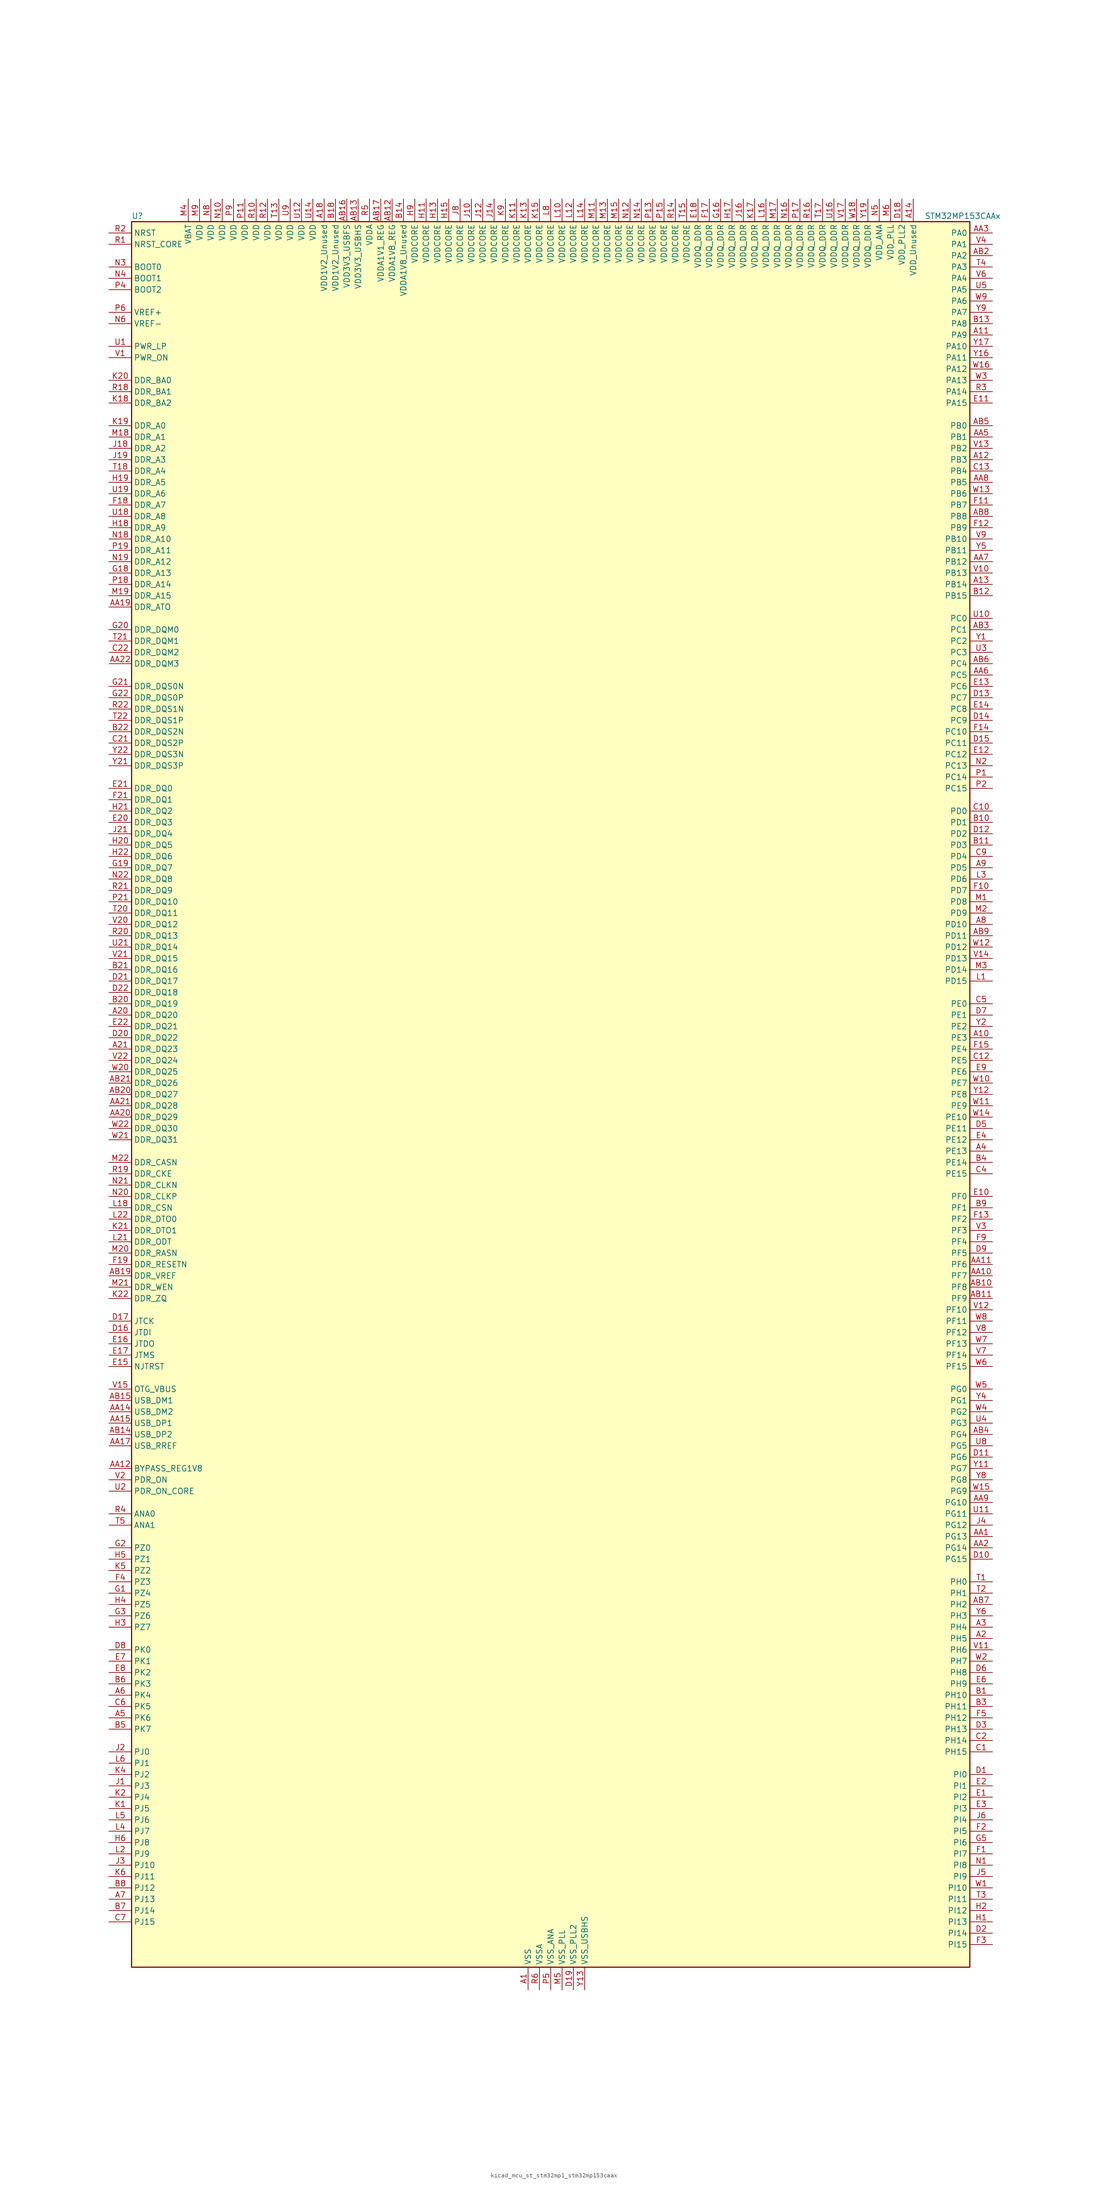
<source format=kicad_sym>
(kicad_symbol_lib
  (version 20220914)
  (generator kicad_symbol_editor)
  (symbol "kicad_mcu_st_stm32mp1_stm32mp153caax"
    (property "Reference" "U"
      (at -93.98 196.85 0)
      (effects (font (size 1.27 1.27)) (justify left)))
    (property "Value" "STM32MP153CAAx"
      (at 83.82 196.85 0)
      (effects (font (size 1.27 1.27)) (justify left)))
    (property "ki_locked" ""
      (at 0 0 0)
      (effects (font (size 1.27 1.27))))
    (symbol "kicad_mcu_st_stm32mp1_stm32mp153caax_0_1"
      (rectangle (start -93.98 -195.58) (end 93.98 195.58) (stroke (width 0.254) (type default)) (fill (type background))))
    (symbol "kicad_mcu_st_stm32mp1_stm32mp153caax_1_1"
      (pin power_in line (at -5.08 -200.66 90) (length 5.08) (name "VSS" (effects (font (size 1.27 1.27)))) (number "A1" (effects (font (size 1.27 1.27)))))
      (pin bidirectional line (at 99.06 12.7 180) (length 5.08) (name "PE3" (effects (font (size 1.27 1.27)))) (number "A10" (effects (font (size 1.27 1.27)))) (alternate "DEBUG_TRACED0" bidirectional line) (alternate "FMC_A19" bidirectional line) (alternate "SAI1_SD_B" bidirectional line) (alternate "SDMMC2_CK" bidirectional line) (alternate "TIM15_BKIN" bidirectional line))
      (pin bidirectional line (at 99.06 170.18 180) (length 5.08) (name "PA9" (effects (font (size 1.27 1.27)))) (number "A11" (effects (font (size 1.27 1.27)))) (alternate "DAC1_EXTI9" bidirectional line) (alternate "DCMI_D0" bidirectional line) (alternate "I2C3_SMBA" bidirectional line) (alternate "I2S2_CK" bidirectional line) (alternate "LTDC_R5" bidirectional line) (alternate "SDMMC2_CDIR" bidirectional line) (alternate "SDMMC2_D5" bidirectional line) (alternate "SPI2_SCK" bidirectional line) (alternate "TIM1_CH2" bidirectional line) (alternate "USART1_TX" bidirectional line))
      (pin bidirectional line (at 99.06 142.24 180) (length 5.08) (name "PB3" (effects (font (size 1.27 1.27)))) (number "A12" (effects (font (size 1.27 1.27)))) (alternate "DEBUG_TRACED9" bidirectional line) (alternate "I2S1_CK" bidirectional line) (alternate "I2S3_CK" bidirectional line) (alternate "SAI4_CK1" bidirectional line) (alternate "SAI4_MCLK_A" bidirectional line) (alternate "SDMMC2_D2" bidirectional line) (alternate "SPI1_SCK" bidirectional line) (alternate "SPI3_SCK" bidirectional line) (alternate "SPI6_SCK" bidirectional line) (alternate "TIM2_CH2" bidirectional line) (alternate "UART7_RX" bidirectional line))
      (pin bidirectional line (at 99.06 114.3 180) (length 5.08) (name "PB14" (effects (font (size 1.27 1.27)))) (number "A13" (effects (font (size 1.27 1.27)))) (alternate "DFSDM1_DATIN2" bidirectional line) (alternate "I2S2_SDI" bidirectional line) (alternate "SDMMC2_D0" bidirectional line) (alternate "SPI2_MISO" bidirectional line) (alternate "TIM12_CH1" bidirectional line) (alternate "TIM1_CH2N" bidirectional line) (alternate "TIM8_CH2N" bidirectional line) (alternate "USART1_TX" bidirectional line) (alternate "USART3_DE" bidirectional line) (alternate "USART3_RTS" bidirectional line))
      (pin power_in line (at 81.28 200.66 270) (length 5.08) (name "VDD_Unused" (effects (font (size 1.27 1.27)))) (number "A14" (effects (font (size 1.27 1.27)))))
      (pin no_connect line (at -93.98 -195.58 0) (length 5.08) hide (name "DNU" (effects (font (size 1.27 1.27)))) (number "A15" (effects (font (size 1.27 1.27)))))
      (pin no_connect line (at -93.98 -193.04 0) (length 5.08) hide (name "DNU" (effects (font (size 1.27 1.27)))) (number "A16" (effects (font (size 1.27 1.27)))))
      (pin no_connect line (at -93.98 -190.5 0) (length 5.08) hide (name "DNU" (effects (font (size 1.27 1.27)))) (number "A17" (effects (font (size 1.27 1.27)))))
      (pin power_in line (at -50.8 200.66 270) (length 5.08) (name "VDD1V2_Unused" (effects (font (size 1.27 1.27)))) (number "A18" (effects (font (size 1.27 1.27)))))
      (pin passive line (at -5.08 -200.66 90) (length 5.08) hide (name "VSS" (effects (font (size 1.27 1.27)))) (number "A19" (effects (font (size 1.27 1.27)))))
      (pin bidirectional line (at 99.06 -121.92 180) (length 5.08) (name "PH5" (effects (font (size 1.27 1.27)))) (number "A2" (effects (font (size 1.27 1.27)))) (alternate "I2C2_SDA" bidirectional line) (alternate "SAI4_SD_B" bidirectional line) (alternate "SPI5_NSS" bidirectional line))
      (pin bidirectional line (at -99.06 17.78 0) (length 5.08) (name "DDR_DQ20" (effects (font (size 1.27 1.27)))) (number "A20" (effects (font (size 1.27 1.27)))) (alternate "DDR_DQ20" bidirectional line))
      (pin bidirectional line (at -99.06 10.16 0) (length 5.08) (name "DDR_DQ23" (effects (font (size 1.27 1.27)))) (number "A21" (effects (font (size 1.27 1.27)))) (alternate "DDR_DQ23" bidirectional line))
      (pin passive line (at -5.08 -200.66 90) (length 5.08) hide (name "VSS" (effects (font (size 1.27 1.27)))) (number "A22" (effects (font (size 1.27 1.27)))))
      (pin bidirectional line (at 99.06 -119.38 180) (length 5.08) (name "PH4" (effects (font (size 1.27 1.27)))) (number "A3" (effects (font (size 1.27 1.27)))) (alternate "I2C2_SCL" bidirectional line) (alternate "LTDC_G4" bidirectional line) (alternate "LTDC_G5" bidirectional line))
      (pin bidirectional line (at 99.06 -12.7 180) (length 5.08) (name "PE13" (effects (font (size 1.27 1.27)))) (number "A4" (effects (font (size 1.27 1.27)))) (alternate "DCMI_D6" bidirectional line) (alternate "DFSDM1_CKIN5" bidirectional line) (alternate "FMC_D10" bidirectional line) (alternate "FMC_DA10" bidirectional line) (alternate "HDP_HDP2" bidirectional line) (alternate "LTDC_DE" bidirectional line) (alternate "SAI2_FS_B" bidirectional line) (alternate "SPI4_MISO" bidirectional line) (alternate "TIM1_CH3" bidirectional line))
      (pin bidirectional line (at -99.06 -139.7 0) (length 5.08) (name "PK6" (effects (font (size 1.27 1.27)))) (number "A5" (effects (font (size 1.27 1.27)))) (alternate "DEBUG_TRACED7" bidirectional line) (alternate "HDP_HDP7" bidirectional line) (alternate "LTDC_B7" bidirectional line))
      (pin bidirectional line (at -99.06 -134.62 0) (length 5.08) (name "PK4" (effects (font (size 1.27 1.27)))) (number "A6" (effects (font (size 1.27 1.27)))) (alternate "LTDC_B5" bidirectional line))
      (pin bidirectional line (at -99.06 -180.34 0) (length 5.08) (name "PJ13" (effects (font (size 1.27 1.27)))) (number "A7" (effects (font (size 1.27 1.27)))) (alternate "LTDC_B1" bidirectional line) (alternate "LTDC_G4" bidirectional line))
      (pin bidirectional line (at 99.06 38.1 180) (length 5.08) (name "PD10" (effects (font (size 1.27 1.27)))) (number "A8" (effects (font (size 1.27 1.27)))) (alternate "DFSDM1_CKOUT" bidirectional line) (alternate "FMC_D15" bidirectional line) (alternate "FMC_DA15" bidirectional line) (alternate "I2C5_SMBA" bidirectional line) (alternate "I2S3_SDI" bidirectional line) (alternate "LTDC_B3" bidirectional line) (alternate "RTC_REFIN" bidirectional line) (alternate "SAI3_FS_B" bidirectional line) (alternate "SPI3_MISO" bidirectional line) (alternate "TIM16_BKIN" bidirectional line) (alternate "USART3_CK" bidirectional line))
      (pin bidirectional line (at 99.06 50.8 180) (length 5.08) (name "PD5" (effects (font (size 1.27 1.27)))) (number "A9" (effects (font (size 1.27 1.27)))) (alternate "FMC_NWE" bidirectional line) (alternate "SDMMC3_D2" bidirectional line) (alternate "USART2_TX" bidirectional line))
      (pin bidirectional line (at 99.06 -99.06 180) (length 5.08) (name "PG13" (effects (font (size 1.27 1.27)))) (number "AA1" (effects (font (size 1.27 1.27)))) (alternate "DEBUG_TRACED0" bidirectional line) (alternate "ETH1_TXD0" bidirectional line) (alternate "FMC_A24" bidirectional line) (alternate "LPTIM1_OUT" bidirectional line) (alternate "LTDC_R0" bidirectional line) (alternate "SAI1_CK2" bidirectional line) (alternate "SAI1_SCK_A" bidirectional line) (alternate "SAI4_CK1" bidirectional line) (alternate "SAI4_MCLK_A" bidirectional line) (alternate "SPI6_SCK" bidirectional line) (alternate "USART6_CTS" bidirectional line) (alternate "USART6_NSS" bidirectional line))
      (pin bidirectional line (at 99.06 -40.64 180) (length 5.08) (name "PF7" (effects (font (size 1.27 1.27)))) (number "AA10" (effects (font (size 1.27 1.27)))) (alternate "QUADSPI_BK1_IO2" bidirectional line) (alternate "SAI1_MCLK_B" bidirectional line) (alternate "SPI5_SCK" bidirectional line) (alternate "TIM17_CH1" bidirectional line) (alternate "UART7_TX" bidirectional line))
      (pin bidirectional line (at 99.06 -38.1 180) (length 5.08) (name "PF6" (effects (font (size 1.27 1.27)))) (number "AA11" (effects (font (size 1.27 1.27)))) (alternate "QUADSPI_BK1_IO3" bidirectional line) (alternate "SAI1_SD_B" bidirectional line) (alternate "SAI4_SCK_B" bidirectional line) (alternate "SPI5_NSS" bidirectional line) (alternate "TIM16_CH1" bidirectional line) (alternate "UART7_RX" bidirectional line))
      (pin bidirectional line (at -99.06 -83.82 0) (length 5.08) (name "BYPASS_REG1V8" (effects (font (size 1.27 1.27)))) (number "AA12" (effects (font (size 1.27 1.27)))))
      (pin passive line (at 7.62 -200.66 90) (length 5.08) hide (name "VSS_USBHS" (effects (font (size 1.27 1.27)))) (number "AA13" (effects (font (size 1.27 1.27)))))
      (pin bidirectional line (at -99.06 -71.12 0) (length 5.08) (name "USB_DM2" (effects (font (size 1.27 1.27)))) (number "AA14" (effects (font (size 1.27 1.27)))) (alternate "USBH_HS2_DM" bidirectional line) (alternate "USB_OTG_HS_DM" bidirectional line))
      (pin bidirectional line (at -99.06 -73.66 0) (length 5.08) (name "USB_DP1" (effects (font (size 1.27 1.27)))) (number "AA15" (effects (font (size 1.27 1.27)))) (alternate "USBH_HS1_DP" bidirectional line))
      (pin passive line (at 7.62 -200.66 90) (length 5.08) hide (name "VSS_USBHS" (effects (font (size 1.27 1.27)))) (number "AA16" (effects (font (size 1.27 1.27)))))
      (pin bidirectional line (at -99.06 -78.74 0) (length 5.08) (name "USB_RREF" (effects (font (size 1.27 1.27)))) (number "AA17" (effects (font (size 1.27 1.27)))))
      (pin passive line (at -5.08 -200.66 90) (length 5.08) hide (name "VSS" (effects (font (size 1.27 1.27)))) (number "AA18" (effects (font (size 1.27 1.27)))))
      (pin bidirectional line (at -99.06 109.22 0) (length 5.08) (name "DDR_ATO" (effects (font (size 1.27 1.27)))) (number "AA19" (effects (font (size 1.27 1.27)))) (alternate "DDR_ATO" bidirectional line))
      (pin bidirectional line (at 99.06 -101.6 180) (length 5.08) (name "PG14" (effects (font (size 1.27 1.27)))) (number "AA2" (effects (font (size 1.27 1.27)))) (alternate "DEBUG_TRACED1" bidirectional line) (alternate "ETH1_TXD1" bidirectional line) (alternate "FMC_A25" bidirectional line) (alternate "LPTIM1_ETR" bidirectional line) (alternate "LTDC_B0" bidirectional line) (alternate "QUADSPI_BK2_IO3" bidirectional line) (alternate "SAI4_D1" bidirectional line) (alternate "SAI4_SD_A" bidirectional line) (alternate "SPI6_MOSI" bidirectional line) (alternate "USART6_TX" bidirectional line))
      (pin bidirectional line (at -99.06 -5.08 0) (length 5.08) (name "DDR_DQ29" (effects (font (size 1.27 1.27)))) (number "AA20" (effects (font (size 1.27 1.27)))) (alternate "DDR_DQ29" bidirectional line))
      (pin bidirectional line (at -99.06 -2.54 0) (length 5.08) (name "DDR_DQ28" (effects (font (size 1.27 1.27)))) (number "AA21" (effects (font (size 1.27 1.27)))) (alternate "DDR_DQ28" bidirectional line))
      (pin bidirectional line (at -99.06 96.52 0) (length 5.08) (name "DDR_DQM3" (effects (font (size 1.27 1.27)))) (number "AA22" (effects (font (size 1.27 1.27)))) (alternate "DDR_DQM3" bidirectional line))
      (pin bidirectional line (at 99.06 193.04 180) (length 5.08) (name "PA0" (effects (font (size 1.27 1.27)))) (number "AA3" (effects (font (size 1.27 1.27)))) (alternate "ADC1_INP16" bidirectional line) (alternate "ETH1_CRS" bidirectional line) (alternate "PWR_WKUP1" bidirectional line) (alternate "SAI2_SD_B" bidirectional line) (alternate "SDMMC2_CMD" bidirectional line) (alternate "TIM15_BKIN" bidirectional line) (alternate "TIM2_CH1" bidirectional line) (alternate "TIM2_ETR" bidirectional line) (alternate "TIM5_CH1" bidirectional line) (alternate "TIM8_ETR" bidirectional line) (alternate "UART4_TX" bidirectional line) (alternate "USART2_CTS" bidirectional line) (alternate "USART2_NSS" bidirectional line))
      (pin passive line (at -5.08 -200.66 90) (length 5.08) hide (name "VSS" (effects (font (size 1.27 1.27)))) (number "AA4" (effects (font (size 1.27 1.27)))))
      (pin bidirectional line (at 99.06 147.32 180) (length 5.08) (name "PB1" (effects (font (size 1.27 1.27)))) (number "AA5" (effects (font (size 1.27 1.27)))) (alternate "ADC1_INP5" bidirectional line) (alternate "ADC2_INP5" bidirectional line) (alternate "DFSDM1_DATIN1" bidirectional line) (alternate "ETH1_RXD3" bidirectional line) (alternate "LTDC_G0" bidirectional line) (alternate "LTDC_R6" bidirectional line) (alternate "TIM1_CH3N" bidirectional line) (alternate "TIM3_CH4" bidirectional line) (alternate "TIM8_CH3N" bidirectional line))
      (pin bidirectional line (at 99.06 93.98 180) (length 5.08) (name "PC5" (effects (font (size 1.27 1.27)))) (number "AA6" (effects (font (size 1.27 1.27)))) (alternate "ADC1_INN4" bidirectional line) (alternate "ADC1_INP8" bidirectional line) (alternate "ADC2_INN4" bidirectional line) (alternate "ADC2_INP8" bidirectional line) (alternate "DFSDM1_DATIN2" bidirectional line) (alternate "ETH1_RXD1" bidirectional line) (alternate "SAI1_D3" bidirectional line) (alternate "SAI1_D4" bidirectional line) (alternate "SAI4_D3" bidirectional line) (alternate "SAI4_D4" bidirectional line) (alternate "SPDIFRX_IN3" bidirectional line))
      (pin bidirectional line (at 99.06 119.38 180) (length 5.08) (name "PB12" (effects (font (size 1.27 1.27)))) (number "AA7" (effects (font (size 1.27 1.27)))) (alternate "DFSDM1_DATIN1" bidirectional line) (alternate "ETH1_TXD0" bidirectional line) (alternate "FDCAN2_RX" bidirectional line) (alternate "I2C2_SMBA" bidirectional line) (alternate "I2C6_SMBA" bidirectional line) (alternate "I2S2_WS" bidirectional line) (alternate "SPI2_NSS" bidirectional line) (alternate "TIM1_BKIN" bidirectional line) (alternate "UART5_RX" bidirectional line) (alternate "USART3_CK" bidirectional line) (alternate "USART3_RX" bidirectional line))
      (pin bidirectional line (at 99.06 137.16 180) (length 5.08) (name "PB5" (effects (font (size 1.27 1.27)))) (number "AA8" (effects (font (size 1.27 1.27)))) (alternate "DCMI_D10" bidirectional line) (alternate "ETH1_CLK" bidirectional line) (alternate "ETH1_PPS_OUT" bidirectional line) (alternate "FDCAN2_RX" bidirectional line) (alternate "I2C1_SMBA" bidirectional line) (alternate "I2C4_SMBA" bidirectional line) (alternate "I2S1_SDO" bidirectional line) (alternate "I2S3_SDO" bidirectional line) (alternate "LTDC_G7" bidirectional line) (alternate "SAI4_D1" bidirectional line) (alternate "SAI4_SD_A" bidirectional line) (alternate "SPI1_MOSI" bidirectional line) (alternate "SPI3_MOSI" bidirectional line) (alternate "SPI6_MOSI" bidirectional line) (alternate "TIM17_BKIN" bidirectional line) (alternate "TIM3_CH2" bidirectional line) (alternate "UART5_RX" bidirectional line))
      (pin bidirectional line (at 99.06 -91.44 180) (length 5.08) (name "PG10" (effects (font (size 1.27 1.27)))) (number "AA9" (effects (font (size 1.27 1.27)))) (alternate "DCMI_D2" bidirectional line) (alternate "DEBUG_TRACED10" bidirectional line) (alternate "FMC_NE3" bidirectional line) (alternate "LTDC_B2" bidirectional line) (alternate "LTDC_G3" bidirectional line) (alternate "QUADSPI_BK2_IO2" bidirectional line) (alternate "SAI2_SD_B" bidirectional line) (alternate "UART8_CTS" bidirectional line))
      (pin passive line (at -5.08 -200.66 90) (length 5.08) hide (name "VSS" (effects (font (size 1.27 1.27)))) (number "AB1" (effects (font (size 1.27 1.27)))))
      (pin bidirectional line (at 99.06 -43.18 180) (length 5.08) (name "PF8" (effects (font (size 1.27 1.27)))) (number "AB10" (effects (font (size 1.27 1.27)))) (alternate "DEBUG_TRACED12" bidirectional line) (alternate "QUADSPI_BK1_IO0" bidirectional line) (alternate "SAI1_SCK_B" bidirectional line) (alternate "SPI5_MISO" bidirectional line) (alternate "TIM13_CH1" bidirectional line) (alternate "TIM16_CH1N" bidirectional line) (alternate "UART7_DE" bidirectional line) (alternate "UART7_RTS" bidirectional line))
      (pin bidirectional line (at 99.06 -45.72 180) (length 5.08) (name "PF9" (effects (font (size 1.27 1.27)))) (number "AB11" (effects (font (size 1.27 1.27)))) (alternate "DAC1_EXTI9" bidirectional line) (alternate "DEBUG_TRACED13" bidirectional line) (alternate "QUADSPI_BK1_IO1" bidirectional line) (alternate "SAI1_FS_B" bidirectional line) (alternate "SPI5_MOSI" bidirectional line) (alternate "TIM14_CH1" bidirectional line) (alternate "TIM17_CH1N" bidirectional line) (alternate "UART7_CTS" bidirectional line))
      (pin power_in line (at -35.56 200.66 270) (length 5.08) (name "VDDA1V8_REG" (effects (font (size 1.27 1.27)))) (number "AB12" (effects (font (size 1.27 1.27)))))
      (pin power_in line (at -43.18 200.66 270) (length 5.08) (name "VDD3V3_USBHS" (effects (font (size 1.27 1.27)))) (number "AB13" (effects (font (size 1.27 1.27)))))
      (pin bidirectional line (at -99.06 -76.2 0) (length 5.08) (name "USB_DP2" (effects (font (size 1.27 1.27)))) (number "AB14" (effects (font (size 1.27 1.27)))) (alternate "USBH_HS2_DP" bidirectional line) (alternate "USB_OTG_HS_DP" bidirectional line))
      (pin bidirectional line (at -99.06 -68.58 0) (length 5.08) (name "USB_DM1" (effects (font (size 1.27 1.27)))) (number "AB15" (effects (font (size 1.27 1.27)))) (alternate "USBH_HS1_DM" bidirectional line))
      (pin power_in line (at -45.72 200.66 270) (length 5.08) (name "VDD3V3_USBFS" (effects (font (size 1.27 1.27)))) (number "AB16" (effects (font (size 1.27 1.27)))))
      (pin power_in line (at -38.1 200.66 270) (length 5.08) (name "VDDA1V1_REG" (effects (font (size 1.27 1.27)))) (number "AB17" (effects (font (size 1.27 1.27)))))
      (pin passive line (at -5.08 -200.66 90) (length 5.08) hide (name "VSS" (effects (font (size 1.27 1.27)))) (number "AB18" (effects (font (size 1.27 1.27)))))
      (pin bidirectional line (at -99.06 -40.64 0) (length 5.08) (name "DDR_VREF" (effects (font (size 1.27 1.27)))) (number "AB19" (effects (font (size 1.27 1.27)))) (alternate "DDR_VREF" bidirectional line))
      (pin bidirectional line (at 99.06 187.96 180) (length 5.08) (name "PA2" (effects (font (size 1.27 1.27)))) (number "AB2" (effects (font (size 1.27 1.27)))) (alternate "ADC1_INP14" bidirectional line) (alternate "ETH1_MDIO" bidirectional line) (alternate "LPTIM4_OUT" bidirectional line) (alternate "LTDC_R1" bidirectional line) (alternate "PWR_WKUP2" bidirectional line) (alternate "SAI2_SCK_B" bidirectional line) (alternate "SDMMC2_D0DIR" bidirectional line) (alternate "TIM15_CH1" bidirectional line) (alternate "TIM2_CH3" bidirectional line) (alternate "TIM5_CH3" bidirectional line) (alternate "USART2_TX" bidirectional line))
      (pin bidirectional line (at -99.06 0 0) (length 5.08) (name "DDR_DQ27" (effects (font (size 1.27 1.27)))) (number "AB20" (effects (font (size 1.27 1.27)))) (alternate "DDR_DQ27" bidirectional line))
      (pin bidirectional line (at -99.06 2.54 0) (length 5.08) (name "DDR_DQ26" (effects (font (size 1.27 1.27)))) (number "AB21" (effects (font (size 1.27 1.27)))) (alternate "DDR_DQ26" bidirectional line))
      (pin passive line (at -5.08 -200.66 90) (length 5.08) hide (name "VSS" (effects (font (size 1.27 1.27)))) (number "AB22" (effects (font (size 1.27 1.27)))))
      (pin bidirectional line (at 99.06 104.14 180) (length 5.08) (name "PC1" (effects (font (size 1.27 1.27)))) (number "AB3" (effects (font (size 1.27 1.27)))) (alternate "ADC1_INN10" bidirectional line) (alternate "ADC1_INP11" bidirectional line) (alternate "ADC2_INN10" bidirectional line) (alternate "ADC2_INP11" bidirectional line) (alternate "DEBUG_TRACED0" bidirectional line) (alternate "DFSDM1_CKIN4" bidirectional line) (alternate "DFSDM1_DATIN0" bidirectional line) (alternate "ETH1_MDC" bidirectional line) (alternate "I2S2_SDO" bidirectional line) (alternate "PWR_WKUP6" bidirectional line) (alternate "SAI1_D1" bidirectional line) (alternate "SAI1_SD_A" bidirectional line) (alternate "SDMMC2_CK" bidirectional line) (alternate "SPI2_MOSI" bidirectional line) (alternate "TAMP_IN3" bidirectional line))
      (pin bidirectional line (at 99.06 -76.2 180) (length 5.08) (name "PG4" (effects (font (size 1.27 1.27)))) (number "AB4" (effects (font (size 1.27 1.27)))) (alternate "ETH1_GTX_CLK" bidirectional line) (alternate "FMC_A14" bidirectional line) (alternate "TIM1_BKIN2" bidirectional line))
      (pin bidirectional line (at 99.06 149.86 180) (length 5.08) (name "PB0" (effects (font (size 1.27 1.27)))) (number "AB5" (effects (font (size 1.27 1.27)))) (alternate "ADC1_INN5" bidirectional line) (alternate "ADC1_INP9" bidirectional line) (alternate "ADC2_INN5" bidirectional line) (alternate "ADC2_INP9" bidirectional line) (alternate "DFSDM1_CKOUT" bidirectional line) (alternate "ETH1_RXD2" bidirectional line) (alternate "LTDC_G1" bidirectional line) (alternate "LTDC_R3" bidirectional line) (alternate "TIM1_CH2N" bidirectional line) (alternate "TIM3_CH3" bidirectional line) (alternate "TIM8_CH2N" bidirectional line) (alternate "UART4_CTS" bidirectional line))
      (pin bidirectional line (at 99.06 96.52 180) (length 5.08) (name "PC4" (effects (font (size 1.27 1.27)))) (number "AB6" (effects (font (size 1.27 1.27)))) (alternate "ADC1_INP4" bidirectional line) (alternate "ADC2_INP4" bidirectional line) (alternate "DFSDM1_CKIN2" bidirectional line) (alternate "ETH1_RXD0" bidirectional line) (alternate "I2S1_MCK" bidirectional line) (alternate "SPDIFRX_IN2" bidirectional line))
      (pin bidirectional line (at 99.06 -114.3 180) (length 5.08) (name "PH2" (effects (font (size 1.27 1.27)))) (number "AB7" (effects (font (size 1.27 1.27)))) (alternate "ETH1_CRS" bidirectional line) (alternate "LPTIM1_IN2" bidirectional line) (alternate "LTDC_R0" bidirectional line) (alternate "QUADSPI_BK2_IO0" bidirectional line) (alternate "SAI2_SCK_B" bidirectional line))
      (pin bidirectional line (at 99.06 129.54 180) (length 5.08) (name "PB8" (effects (font (size 1.27 1.27)))) (number "AB8" (effects (font (size 1.27 1.27)))) (alternate "DCMI_D6" bidirectional line) (alternate "DFSDM1_CKIN7" bidirectional line) (alternate "ETH1_TXD3" bidirectional line) (alternate "FDCAN1_RX" bidirectional line) (alternate "HDP_HDP6" bidirectional line) (alternate "I2C1_SCL" bidirectional line) (alternate "I2C4_SCL" bidirectional line) (alternate "LTDC_B6" bidirectional line) (alternate "SDMMC1_CKIN" bidirectional line) (alternate "SDMMC1_D4" bidirectional line) (alternate "SDMMC2_CKIN" bidirectional line) (alternate "SDMMC2_D4" bidirectional line) (alternate "TIM16_CH1" bidirectional line) (alternate "TIM4_CH3" bidirectional line) (alternate "UART4_RX" bidirectional line))
      (pin bidirectional line (at 99.06 35.56 180) (length 5.08) (name "PD11" (effects (font (size 1.27 1.27)))) (number "AB9" (effects (font (size 1.27 1.27)))) (alternate "ADC1_EXTI11" bidirectional line) (alternate "ADC2_EXTI11" bidirectional line) (alternate "FMC_A16" bidirectional line) (alternate "FMC_CLE" bidirectional line) (alternate "I2C1_SMBA" bidirectional line) (alternate "I2C4_SMBA" bidirectional line) (alternate "LPTIM2_IN2" bidirectional line) (alternate "QUADSPI_BK1_IO0" bidirectional line) (alternate "SAI2_SD_A" bidirectional line) (alternate "USART3_CTS" bidirectional line) (alternate "USART3_NSS" bidirectional line))
      (pin bidirectional line (at 99.06 -134.62 180) (length 5.08) (name "PH10" (effects (font (size 1.27 1.27)))) (number "B1" (effects (font (size 1.27 1.27)))) (alternate "DCMI_D1" bidirectional line) (alternate "I2C1_SMBA" bidirectional line) (alternate "I2C4_SMBA" bidirectional line) (alternate "LTDC_R4" bidirectional line) (alternate "TIM5_CH1" bidirectional line))
      (pin bidirectional line (at 99.06 60.96 180) (length 5.08) (name "PD1" (effects (font (size 1.27 1.27)))) (number "B10" (effects (font (size 1.27 1.27)))) (alternate "DFSDM1_CKIN7" bidirectional line) (alternate "DFSDM1_DATIN6" bidirectional line) (alternate "FDCAN1_TX" bidirectional line) (alternate "FMC_D3" bidirectional line) (alternate "FMC_DA3" bidirectional line) (alternate "I2C5_SCL" bidirectional line) (alternate "I2C6_SCL" bidirectional line) (alternate "SAI3_SD_A" bidirectional line) (alternate "SDMMC3_D0" bidirectional line) (alternate "UART4_TX" bidirectional line))
      (pin bidirectional line (at 99.06 55.88 180) (length 5.08) (name "PD3" (effects (font (size 1.27 1.27)))) (number "B11" (effects (font (size 1.27 1.27)))) (alternate "DCMI_D5" bidirectional line) (alternate "DFSDM1_CKOUT" bidirectional line) (alternate "DFSDM1_DATIN0" bidirectional line) (alternate "FMC_CLK" bidirectional line) (alternate "HDP_HDP5" bidirectional line) (alternate "I2S2_CK" bidirectional line) (alternate "LTDC_G7" bidirectional line) (alternate "SDMMC1_D123DIR" bidirectional line) (alternate "SDMMC1_D7" bidirectional line) (alternate "SDMMC2_D123DIR" bidirectional line) (alternate "SDMMC2_D7" bidirectional line) (alternate "SPI2_SCK" bidirectional line) (alternate "USART2_CTS" bidirectional line) (alternate "USART2_NSS" bidirectional line))
      (pin bidirectional line (at 99.06 111.76 180) (length 5.08) (name "PB15" (effects (font (size 1.27 1.27)))) (number "B12" (effects (font (size 1.27 1.27)))) (alternate "ADC1_EXTI15" bidirectional line) (alternate "ADC2_EXTI15" bidirectional line) (alternate "DFSDM1_CKIN2" bidirectional line) (alternate "I2S2_SDO" bidirectional line) (alternate "RTC_REFIN" bidirectional line) (alternate "SDMMC2_D1" bidirectional line) (alternate "SPI2_MOSI" bidirectional line) (alternate "TIM12_CH2" bidirectional line) (alternate "TIM1_CH3N" bidirectional line) (alternate "TIM8_CH3N" bidirectional line) (alternate "USART1_RX" bidirectional line))
      (pin bidirectional line (at 99.06 172.72 180) (length 5.08) (name "PA8" (effects (font (size 1.27 1.27)))) (number "B13" (effects (font (size 1.27 1.27)))) (alternate "I2C3_SCL" bidirectional line) (alternate "I2S3_SDO" bidirectional line) (alternate "LTDC_R6" bidirectional line) (alternate "RCC_MCO_1" bidirectional line) (alternate "SAI4_SD_B" bidirectional line) (alternate "SDMMC2_CKIN" bidirectional line) (alternate "SDMMC2_D4" bidirectional line) (alternate "SPI3_MOSI" bidirectional line) (alternate "TIM1_CH1" bidirectional line) (alternate "TIM8_BKIN2" bidirectional line) (alternate "UART7_RX" bidirectional line) (alternate "USART1_CK" bidirectional line) (alternate "USB_OTG_HS_SOF" bidirectional line))
      (pin power_in line (at -33.02 200.66 270) (length 5.08) (name "VDDA1V8_Unused" (effects (font (size 1.27 1.27)))) (number "B14" (effects (font (size 1.27 1.27)))))
      (pin no_connect line (at -93.98 -187.96 0) (length 5.08) hide (name "DNU" (effects (font (size 1.27 1.27)))) (number "B15" (effects (font (size 1.27 1.27)))))
      (pin no_connect line (at -93.98 -185.42 0) (length 5.08) hide (name "DNU" (effects (font (size 1.27 1.27)))) (number "B16" (effects (font (size 1.27 1.27)))))
      (pin no_connect line (at -93.98 -182.88 0) (length 5.08) hide (name "DNU" (effects (font (size 1.27 1.27)))) (number "B17" (effects (font (size 1.27 1.27)))))
      (pin power_in line (at -48.26 200.66 270) (length 5.08) (name "VDD1V2_Unused" (effects (font (size 1.27 1.27)))) (number "B18" (effects (font (size 1.27 1.27)))))
      (pin passive line (at -5.08 -200.66 90) (length 5.08) hide (name "VSS" (effects (font (size 1.27 1.27)))) (number "B19" (effects (font (size 1.27 1.27)))))
      (pin passive line (at -5.08 -200.66 90) (length 5.08) hide (name "VSS" (effects (font (size 1.27 1.27)))) (number "B2" (effects (font (size 1.27 1.27)))))
      (pin bidirectional line (at -99.06 20.32 0) (length 5.08) (name "DDR_DQ19" (effects (font (size 1.27 1.27)))) (number "B20" (effects (font (size 1.27 1.27)))) (alternate "DDR_DQ19" bidirectional line))
      (pin bidirectional line (at -99.06 27.94 0) (length 5.08) (name "DDR_DQ16" (effects (font (size 1.27 1.27)))) (number "B21" (effects (font (size 1.27 1.27)))) (alternate "DDR_DQ16" bidirectional line))
      (pin bidirectional line (at -99.06 81.28 0) (length 5.08) (name "DDR_DQS2N" (effects (font (size 1.27 1.27)))) (number "B22" (effects (font (size 1.27 1.27)))) (alternate "DDR_DQS2N" bidirectional line))
      (pin bidirectional line (at 99.06 -137.16 180) (length 5.08) (name "PH11" (effects (font (size 1.27 1.27)))) (number "B3" (effects (font (size 1.27 1.27)))) (alternate "ADC1_EXTI11" bidirectional line) (alternate "ADC2_EXTI11" bidirectional line) (alternate "DCMI_D2" bidirectional line) (alternate "I2C1_SCL" bidirectional line) (alternate "I2C4_SCL" bidirectional line) (alternate "LTDC_R5" bidirectional line) (alternate "TIM5_CH2" bidirectional line))
      (pin bidirectional line (at 99.06 -15.24 180) (length 5.08) (name "PE14" (effects (font (size 1.27 1.27)))) (number "B4" (effects (font (size 1.27 1.27)))) (alternate "FMC_D11" bidirectional line) (alternate "FMC_DA11" bidirectional line) (alternate "LTDC_CLK" bidirectional line) (alternate "LTDC_G0" bidirectional line) (alternate "SAI2_MCLK_B" bidirectional line) (alternate "SDMMC1_D123DIR" bidirectional line) (alternate "SPI4_MOSI" bidirectional line) (alternate "TIM1_CH4" bidirectional line) (alternate "UART8_DE" bidirectional line) (alternate "UART8_RTS" bidirectional line))
      (pin bidirectional line (at -99.06 -142.24 0) (length 5.08) (name "PK7" (effects (font (size 1.27 1.27)))) (number "B5" (effects (font (size 1.27 1.27)))) (alternate "LTDC_DE" bidirectional line))
      (pin bidirectional line (at -99.06 -132.08 0) (length 5.08) (name "PK3" (effects (font (size 1.27 1.27)))) (number "B6" (effects (font (size 1.27 1.27)))) (alternate "LTDC_B4" bidirectional line))
      (pin bidirectional line (at -99.06 -182.88 0) (length 5.08) (name "PJ14" (effects (font (size 1.27 1.27)))) (number "B7" (effects (font (size 1.27 1.27)))) (alternate "LTDC_B2" bidirectional line))
      (pin bidirectional line (at -99.06 -177.8 0) (length 5.08) (name "PJ12" (effects (font (size 1.27 1.27)))) (number "B8" (effects (font (size 1.27 1.27)))) (alternate "LTDC_B0" bidirectional line) (alternate "LTDC_G3" bidirectional line))
      (pin bidirectional line (at 99.06 -25.4 180) (length 5.08) (name "PF1" (effects (font (size 1.27 1.27)))) (number "B9" (effects (font (size 1.27 1.27)))) (alternate "FMC_A1" bidirectional line) (alternate "I2C2_SCL" bidirectional line) (alternate "SDMMC3_CDIR" bidirectional line) (alternate "SDMMC3_CMD" bidirectional line))
      (pin bidirectional line (at 99.06 -147.32 180) (length 5.08) (name "PH15" (effects (font (size 1.27 1.27)))) (number "C1" (effects (font (size 1.27 1.27)))) (alternate "ADC1_EXTI15" bidirectional line) (alternate "ADC2_EXTI15" bidirectional line) (alternate "DCMI_D11" bidirectional line) (alternate "LTDC_G4" bidirectional line) (alternate "TIM8_CH3N" bidirectional line))
      (pin bidirectional line (at 99.06 63.5 180) (length 5.08) (name "PD0" (effects (font (size 1.27 1.27)))) (number "C10" (effects (font (size 1.27 1.27)))) (alternate "DFSDM1_CKIN6" bidirectional line) (alternate "DFSDM1_DATIN7" bidirectional line) (alternate "FDCAN1_RX" bidirectional line) (alternate "FMC_D2" bidirectional line) (alternate "FMC_DA2" bidirectional line) (alternate "I2C5_SDA" bidirectional line) (alternate "I2C6_SDA" bidirectional line) (alternate "SAI3_SCK_A" bidirectional line) (alternate "SDMMC3_CMD" bidirectional line) (alternate "UART4_RX" bidirectional line))
      (pin passive line (at -5.08 -200.66 90) (length 5.08) hide (name "VSS" (effects (font (size 1.27 1.27)))) (number "C11" (effects (font (size 1.27 1.27)))))
      (pin bidirectional line (at 99.06 7.62 180) (length 5.08) (name "PE5" (effects (font (size 1.27 1.27)))) (number "C12" (effects (font (size 1.27 1.27)))) (alternate "DCMI_D6" bidirectional line) (alternate "DEBUG_TRACED3" bidirectional line) (alternate "DFSDM1_CKIN3" bidirectional line) (alternate "FMC_A21" bidirectional line) (alternate "LTDC_G0" bidirectional line) (alternate "SAI1_CK2" bidirectional line) (alternate "SAI1_SCK_A" bidirectional line) (alternate "SDMMC1_D0DIR" bidirectional line) (alternate "SDMMC1_D6" bidirectional line) (alternate "SDMMC2_D0DIR" bidirectional line) (alternate "SDMMC2_D6" bidirectional line) (alternate "SPI4_MISO" bidirectional line) (alternate "TIM15_CH1" bidirectional line))
      (pin bidirectional line (at 99.06 139.7 180) (length 5.08) (name "PB4" (effects (font (size 1.27 1.27)))) (number "C13" (effects (font (size 1.27 1.27)))) (alternate "DEBUG_TRACED8" bidirectional line) (alternate "I2S1_SDI" bidirectional line) (alternate "I2S2_WS" bidirectional line) (alternate "I2S3_SDI" bidirectional line) (alternate "SAI4_CK2" bidirectional line) (alternate "SAI4_SCK_A" bidirectional line) (alternate "SDMMC2_D3" bidirectional line) (alternate "SPI1_MISO" bidirectional line) (alternate "SPI2_NSS" bidirectional line) (alternate "SPI3_MISO" bidirectional line) (alternate "SPI6_MISO" bidirectional line) (alternate "TIM16_BKIN" bidirectional line) (alternate "TIM3_CH1" bidirectional line) (alternate "UART7_TX" bidirectional line))
      (pin passive line (at -5.08 -200.66 90) (length 5.08) hide (name "VSS" (effects (font (size 1.27 1.27)))) (number "C14" (effects (font (size 1.27 1.27)))))
      (pin passive line (at -5.08 -200.66 90) (length 5.08) hide (name "VSS" (effects (font (size 1.27 1.27)))) (number "C15" (effects (font (size 1.27 1.27)))))
      (pin passive line (at -5.08 -200.66 90) (length 5.08) hide (name "VSS" (effects (font (size 1.27 1.27)))) (number "C16" (effects (font (size 1.27 1.27)))))
      (pin passive line (at -5.08 -200.66 90) (length 5.08) hide (name "VSS" (effects (font (size 1.27 1.27)))) (number "C17" (effects (font (size 1.27 1.27)))))
      (pin passive line (at -5.08 -200.66 90) (length 5.08) hide (name "VSS" (effects (font (size 1.27 1.27)))) (number "C18" (effects (font (size 1.27 1.27)))))
      (pin passive line (at -5.08 -200.66 90) (length 5.08) hide (name "VSS" (effects (font (size 1.27 1.27)))) (number "C19" (effects (font (size 1.27 1.27)))))
      (pin bidirectional line (at 99.06 -144.78 180) (length 5.08) (name "PH14" (effects (font (size 1.27 1.27)))) (number "C2" (effects (font (size 1.27 1.27)))) (alternate "DCMI_D4" bidirectional line) (alternate "FDCAN1_RX" bidirectional line) (alternate "LTDC_G3" bidirectional line) (alternate "TIM8_CH2N" bidirectional line) (alternate "UART4_RX" bidirectional line))
      (pin passive line (at -5.08 -200.66 90) (length 5.08) hide (name "VSS" (effects (font (size 1.27 1.27)))) (number "C20" (effects (font (size 1.27 1.27)))))
      (pin bidirectional line (at -99.06 78.74 0) (length 5.08) (name "DDR_DQS2P" (effects (font (size 1.27 1.27)))) (number "C21" (effects (font (size 1.27 1.27)))) (alternate "DDR_DQS2P" bidirectional line))
      (pin bidirectional line (at -99.06 99.06 0) (length 5.08) (name "DDR_DQM2" (effects (font (size 1.27 1.27)))) (number "C22" (effects (font (size 1.27 1.27)))) (alternate "DDR_DQM2" bidirectional line))
      (pin passive line (at -5.08 -200.66 90) (length 5.08) hide (name "VSS" (effects (font (size 1.27 1.27)))) (number "C3" (effects (font (size 1.27 1.27)))))
      (pin bidirectional line (at 99.06 -17.78 180) (length 5.08) (name "PE15" (effects (font (size 1.27 1.27)))) (number "C4" (effects (font (size 1.27 1.27)))) (alternate "ADC1_EXTI15" bidirectional line) (alternate "ADC2_EXTI15" bidirectional line) (alternate "FMC_D12" bidirectional line) (alternate "FMC_DA12" bidirectional line) (alternate "FMC_NCE2" bidirectional line) (alternate "HDP_HDP3" bidirectional line) (alternate "LTDC_R7" bidirectional line) (alternate "TIM15_BKIN" bidirectional line) (alternate "TIM1_BKIN" bidirectional line) (alternate "UART8_CTS" bidirectional line) (alternate "USART2_CTS" bidirectional line) (alternate "USART2_NSS" bidirectional line))
      (pin bidirectional line (at 99.06 20.32 180) (length 5.08) (name "PE0" (effects (font (size 1.27 1.27)))) (number "C5" (effects (font (size 1.27 1.27)))) (alternate "DCMI_D2" bidirectional line) (alternate "FMC_NBL0" bidirectional line) (alternate "I2S3_CK" bidirectional line) (alternate "LPTIM1_ETR" bidirectional line) (alternate "LPTIM2_ETR" bidirectional line) (alternate "SAI2_MCLK_A" bidirectional line) (alternate "SAI4_MCLK_B" bidirectional line) (alternate "SPI3_SCK" bidirectional line) (alternate "TIM4_ETR" bidirectional line) (alternate "UART8_RX" bidirectional line))
      (pin bidirectional line (at -99.06 -137.16 0) (length 5.08) (name "PK5" (effects (font (size 1.27 1.27)))) (number "C6" (effects (font (size 1.27 1.27)))) (alternate "DEBUG_TRACED6" bidirectional line) (alternate "HDP_HDP6" bidirectional line) (alternate "LTDC_B6" bidirectional line))
      (pin bidirectional line (at -99.06 -185.42 0) (length 5.08) (name "PJ15" (effects (font (size 1.27 1.27)))) (number "C7" (effects (font (size 1.27 1.27)))) (alternate "ADC1_EXTI15" bidirectional line) (alternate "ADC2_EXTI15" bidirectional line) (alternate "LTDC_B3" bidirectional line))
      (pin passive line (at -5.08 -200.66 90) (length 5.08) hide (name "VSS" (effects (font (size 1.27 1.27)))) (number "C8" (effects (font (size 1.27 1.27)))))
      (pin bidirectional line (at 99.06 53.34 180) (length 5.08) (name "PD4" (effects (font (size 1.27 1.27)))) (number "C9" (effects (font (size 1.27 1.27)))) (alternate "DFSDM1_CKIN0" bidirectional line) (alternate "FMC_NOE" bidirectional line) (alternate "SAI3_FS_A" bidirectional line) (alternate "SDMMC3_D1" bidirectional line) (alternate "USART2_DE" bidirectional line) (alternate "USART2_RTS" bidirectional line))
      (pin bidirectional line (at 99.06 -152.4 180) (length 5.08) (name "PI0" (effects (font (size 1.27 1.27)))) (number "D1" (effects (font (size 1.27 1.27)))) (alternate "DCMI_D13" bidirectional line) (alternate "I2S2_WS" bidirectional line) (alternate "LTDC_G5" bidirectional line) (alternate "SPI2_NSS" bidirectional line) (alternate "TIM5_CH4" bidirectional line))
      (pin bidirectional line (at 99.06 -104.14 180) (length 5.08) (name "PG15" (effects (font (size 1.27 1.27)))) (number "D10" (effects (font (size 1.27 1.27)))) (alternate "ADC1_EXTI15" bidirectional line) (alternate "ADC2_EXTI15" bidirectional line) (alternate "DCMI_D13" bidirectional line) (alternate "DEBUG_TRACED7" bidirectional line) (alternate "I2C2_SDA" bidirectional line) (alternate "SAI1_D2" bidirectional line) (alternate "SAI1_FS_A" bidirectional line) (alternate "SDMMC3_CK" bidirectional line) (alternate "USART6_CTS" bidirectional line) (alternate "USART6_NSS" bidirectional line))
      (pin bidirectional line (at 99.06 -81.28 180) (length 5.08) (name "PG6" (effects (font (size 1.27 1.27)))) (number "D11" (effects (font (size 1.27 1.27)))) (alternate "DCMI_D12" bidirectional line) (alternate "DEBUG_TRACED14" bidirectional line) (alternate "LTDC_R7" bidirectional line) (alternate "SDMMC2_CMD" bidirectional line) (alternate "TIM17_BKIN" bidirectional line))
      (pin bidirectional line (at 99.06 58.42 180) (length 5.08) (name "PD2" (effects (font (size 1.27 1.27)))) (number "D12" (effects (font (size 1.27 1.27)))) (alternate "DCMI_D11" bidirectional line) (alternate "I2C5_SMBA" bidirectional line) (alternate "SDMMC1_CMD" bidirectional line) (alternate "TIM3_ETR" bidirectional line) (alternate "UART4_RX" bidirectional line) (alternate "UART5_RX" bidirectional line))
      (pin bidirectional line (at 99.06 88.9 180) (length 5.08) (name "PC7" (effects (font (size 1.27 1.27)))) (number "D13" (effects (font (size 1.27 1.27)))) (alternate "DCMI_D1" bidirectional line) (alternate "DFSDM1_DATIN3" bidirectional line) (alternate "HDP_HDP4" bidirectional line) (alternate "I2S3_MCK" bidirectional line) (alternate "LTDC_G6" bidirectional line) (alternate "SDMMC1_D123DIR" bidirectional line) (alternate "SDMMC1_D7" bidirectional line) (alternate "SDMMC2_D123DIR" bidirectional line) (alternate "SDMMC2_D7" bidirectional line) (alternate "TIM3_CH2" bidirectional line) (alternate "TIM8_CH2" bidirectional line) (alternate "USART6_RX" bidirectional line))
      (pin bidirectional line (at 99.06 83.82 180) (length 5.08) (name "PC9" (effects (font (size 1.27 1.27)))) (number "D14" (effects (font (size 1.27 1.27)))) (alternate "DAC1_EXTI9" bidirectional line) (alternate "DCMI_D3" bidirectional line) (alternate "DEBUG_TRACED1" bidirectional line) (alternate "I2C3_SDA" bidirectional line) (alternate "I2S_CKIN" bidirectional line) (alternate "LTDC_B2" bidirectional line) (alternate "QUADSPI_BK1_IO0" bidirectional line) (alternate "SDMMC1_D1" bidirectional line) (alternate "TIM3_CH4" bidirectional line) (alternate "TIM8_CH4" bidirectional line) (alternate "UART5_CTS" bidirectional line))
      (pin bidirectional line (at 99.06 78.74 180) (length 5.08) (name "PC11" (effects (font (size 1.27 1.27)))) (number "D15" (effects (font (size 1.27 1.27)))) (alternate "ADC1_EXTI11" bidirectional line) (alternate "ADC2_EXTI11" bidirectional line) (alternate "DCMI_D4" bidirectional line) (alternate "DEBUG_TRACED3" bidirectional line) (alternate "DFSDM1_DATIN5" bidirectional line) (alternate "I2S3_SDI" bidirectional line) (alternate "QUADSPI_BK2_NCS" bidirectional line) (alternate "SAI4_SCK_B" bidirectional line) (alternate "SDMMC1_D3" bidirectional line) (alternate "SPI3_MISO" bidirectional line) (alternate "UART4_RX" bidirectional line) (alternate "USART3_RX" bidirectional line))
      (pin bidirectional line (at -99.06 -53.34 0) (length 5.08) (name "JTDI" (effects (font (size 1.27 1.27)))) (number "D16" (effects (font (size 1.27 1.27)))) (alternate "DEBUG_JTDI" bidirectional line))
      (pin bidirectional line (at -99.06 -50.8 0) (length 5.08) (name "JTCK" (effects (font (size 1.27 1.27)))) (number "D17" (effects (font (size 1.27 1.27)))) (alternate "DEBUG_JTCK-SWCLK" bidirectional line))
      (pin power_in line (at 78.74 200.66 270) (length 5.08) (name "VDD_PLL2" (effects (font (size 1.27 1.27)))) (number "D18" (effects (font (size 1.27 1.27)))))
      (pin power_in line (at 5.08 -200.66 90) (length 5.08) (name "VSS_PLL2" (effects (font (size 1.27 1.27)))) (number "D19" (effects (font (size 1.27 1.27)))))
      (pin bidirectional line (at 99.06 -187.96 180) (length 5.08) (name "PI14" (effects (font (size 1.27 1.27)))) (number "D2" (effects (font (size 1.27 1.27)))) (alternate "DEBUG_TRACECLK" bidirectional line) (alternate "LTDC_CLK" bidirectional line))
      (pin bidirectional line (at -99.06 12.7 0) (length 5.08) (name "DDR_DQ22" (effects (font (size 1.27 1.27)))) (number "D20" (effects (font (size 1.27 1.27)))) (alternate "DDR_DQ22" bidirectional line))
      (pin bidirectional line (at -99.06 25.4 0) (length 5.08) (name "DDR_DQ17" (effects (font (size 1.27 1.27)))) (number "D21" (effects (font (size 1.27 1.27)))) (alternate "DDR_DQ17" bidirectional line))
      (pin bidirectional line (at -99.06 22.86 0) (length 5.08) (name "DDR_DQ18" (effects (font (size 1.27 1.27)))) (number "D22" (effects (font (size 1.27 1.27)))) (alternate "DDR_DQ18" bidirectional line))
      (pin bidirectional line (at 99.06 -142.24 180) (length 5.08) (name "PH13" (effects (font (size 1.27 1.27)))) (number "D3" (effects (font (size 1.27 1.27)))) (alternate "FDCAN1_TX" bidirectional line) (alternate "LTDC_G2" bidirectional line) (alternate "TIM8_CH1N" bidirectional line) (alternate "UART4_TX" bidirectional line))
      (pin passive line (at -5.08 -200.66 90) (length 5.08) hide (name "VSS" (effects (font (size 1.27 1.27)))) (number "D4" (effects (font (size 1.27 1.27)))))
      (pin bidirectional line (at 99.06 -7.62 180) (length 5.08) (name "PE11" (effects (font (size 1.27 1.27)))) (number "D5" (effects (font (size 1.27 1.27)))) (alternate "ADC1_EXTI11" bidirectional line) (alternate "ADC2_EXTI11" bidirectional line) (alternate "DCMI_D4" bidirectional line) (alternate "DFSDM1_CKIN4" bidirectional line) (alternate "FMC_D8" bidirectional line) (alternate "FMC_DA8" bidirectional line) (alternate "LTDC_G3" bidirectional line) (alternate "SAI2_SD_B" bidirectional line) (alternate "SPI4_NSS" bidirectional line) (alternate "TIM1_CH2" bidirectional line) (alternate "USART6_CK" bidirectional line))
      (pin bidirectional line (at 99.06 -129.54 180) (length 5.08) (name "PH8" (effects (font (size 1.27 1.27)))) (number "D6" (effects (font (size 1.27 1.27)))) (alternate "DCMI_HSYNC" bidirectional line) (alternate "I2C3_SDA" bidirectional line) (alternate "LTDC_R2" bidirectional line) (alternate "TIM5_ETR" bidirectional line))
      (pin bidirectional line (at 99.06 17.78 180) (length 5.08) (name "PE1" (effects (font (size 1.27 1.27)))) (number "D7" (effects (font (size 1.27 1.27)))) (alternate "DCMI_D3" bidirectional line) (alternate "FMC_NBL1" bidirectional line) (alternate "I2S2_MCK" bidirectional line) (alternate "LPTIM1_IN2" bidirectional line) (alternate "SAI3_SD_B" bidirectional line) (alternate "UART8_TX" bidirectional line))
      (pin bidirectional line (at -99.06 -124.46 0) (length 5.08) (name "PK0" (effects (font (size 1.27 1.27)))) (number "D8" (effects (font (size 1.27 1.27)))) (alternate "LTDC_G5" bidirectional line) (alternate "SPI5_SCK" bidirectional line) (alternate "TIM1_CH1N" bidirectional line) (alternate "TIM8_CH3" bidirectional line))
      (pin bidirectional line (at 99.06 -35.56 180) (length 5.08) (name "PF5" (effects (font (size 1.27 1.27)))) (number "D9" (effects (font (size 1.27 1.27)))) (alternate "FMC_A5" bidirectional line) (alternate "SDMMC3_D2" bidirectional line) (alternate "USART2_TX" bidirectional line))
      (pin bidirectional line (at 99.06 -157.48 180) (length 5.08) (name "PI2" (effects (font (size 1.27 1.27)))) (number "E1" (effects (font (size 1.27 1.27)))) (alternate "DCMI_D9" bidirectional line) (alternate "I2S2_SDI" bidirectional line) (alternate "LTDC_G7" bidirectional line) (alternate "SPI2_MISO" bidirectional line) (alternate "TIM8_CH4" bidirectional line))
      (pin bidirectional line (at 99.06 -22.86 180) (length 5.08) (name "PF0" (effects (font (size 1.27 1.27)))) (number "E10" (effects (font (size 1.27 1.27)))) (alternate "FMC_A0" bidirectional line) (alternate "I2C2_SDA" bidirectional line) (alternate "SDMMC3_CKIN" bidirectional line) (alternate "SDMMC3_D0" bidirectional line))
      (pin bidirectional line (at 99.06 154.94 180) (length 5.08) (name "PA15" (effects (font (size 1.27 1.27)))) (number "E11" (effects (font (size 1.27 1.27)))) (alternate "ADC1_EXTI15" bidirectional line) (alternate "ADC2_EXTI15" bidirectional line) (alternate "CEC" bidirectional line) (alternate "DEBUG_DBTRGI" bidirectional line) (alternate "I2S1_WS" bidirectional line) (alternate "I2S3_WS" bidirectional line) (alternate "LTDC_R1" bidirectional line) (alternate "SAI4_D2" bidirectional line) (alternate "SAI4_FS_A" bidirectional line) (alternate "SDMMC1_CDIR" bidirectional line) (alternate "SDMMC1_D5" bidirectional line) (alternate "SDMMC2_CDIR" bidirectional line) (alternate "SDMMC2_D5" bidirectional line) (alternate "SPI1_NSS" bidirectional line) (alternate "SPI3_NSS" bidirectional line) (alternate "SPI6_NSS" bidirectional line) (alternate "TIM2_CH1" bidirectional line) (alternate "TIM2_ETR" bidirectional line) (alternate "UART4_DE" bidirectional line) (alternate "UART4_RTS" bidirectional line) (alternate "UART7_TX" bidirectional line))
      (pin bidirectional line (at 99.06 76.2 180) (length 5.08) (name "PC12" (effects (font (size 1.27 1.27)))) (number "E12" (effects (font (size 1.27 1.27)))) (alternate "DCMI_D9" bidirectional line) (alternate "DEBUG_TRACECLK" bidirectional line) (alternate "I2S3_SDO" bidirectional line) (alternate "RCC_MCO_2" bidirectional line) (alternate "SAI4_D3" bidirectional line) (alternate "SAI4_SD_B" bidirectional line) (alternate "SDMMC1_CK" bidirectional line) (alternate "SPI3_MOSI" bidirectional line) (alternate "UART5_TX" bidirectional line) (alternate "USART3_CK" bidirectional line))
      (pin bidirectional line (at 99.06 91.44 180) (length 5.08) (name "PC6" (effects (font (size 1.27 1.27)))) (number "E13" (effects (font (size 1.27 1.27)))) (alternate "DCMI_D0" bidirectional line) (alternate "DFSDM1_CKIN3" bidirectional line) (alternate "HDP_HDP1" bidirectional line) (alternate "I2S2_MCK" bidirectional line) (alternate "LTDC_HSYNC" bidirectional line) (alternate "SDMMC1_D0DIR" bidirectional line) (alternate "SDMMC1_D6" bidirectional line) (alternate "SDMMC2_D0DIR" bidirectional line) (alternate "SDMMC2_D6" bidirectional line) (alternate "TIM3_CH1" bidirectional line) (alternate "TIM8_CH1" bidirectional line) (alternate "USART6_TX" bidirectional line))
      (pin bidirectional line (at 99.06 86.36 180) (length 5.08) (name "PC8" (effects (font (size 1.27 1.27)))) (number "E14" (effects (font (size 1.27 1.27)))) (alternate "DCMI_D2" bidirectional line) (alternate "DEBUG_TRACED0" bidirectional line) (alternate "SDMMC1_D0" bidirectional line) (alternate "TIM3_CH3" bidirectional line) (alternate "TIM8_CH3" bidirectional line) (alternate "UART4_TX" bidirectional line) (alternate "UART5_DE" bidirectional line) (alternate "UART5_RTS" bidirectional line) (alternate "USART6_CK" bidirectional line))
      (pin bidirectional line (at -99.06 -60.96 0) (length 5.08) (name "NJTRST" (effects (font (size 1.27 1.27)))) (number "E15" (effects (font (size 1.27 1.27)))) (alternate "DEBUG_JTRST" bidirectional line))
      (pin bidirectional line (at -99.06 -55.88 0) (length 5.08) (name "JTDO" (effects (font (size 1.27 1.27)))) (number "E16" (effects (font (size 1.27 1.27)))) (alternate "DEBUG_JTDO-SWO" bidirectional line))
      (pin bidirectional line (at -99.06 -58.42 0) (length 5.08) (name "JTMS" (effects (font (size 1.27 1.27)))) (number "E17" (effects (font (size 1.27 1.27)))) (alternate "DEBUG_JTMS-SWDIO" bidirectional line))
      (pin power_in line (at 33.02 200.66 270) (length 5.08) (name "VDDQ_DDR" (effects (font (size 1.27 1.27)))) (number "E18" (effects (font (size 1.27 1.27)))))
      (pin passive line (at -5.08 -200.66 90) (length 5.08) hide (name "VSS" (effects (font (size 1.27 1.27)))) (number "E19" (effects (font (size 1.27 1.27)))))
      (pin bidirectional line (at 99.06 -154.94 180) (length 5.08) (name "PI1" (effects (font (size 1.27 1.27)))) (number "E2" (effects (font (size 1.27 1.27)))) (alternate "DCMI_D8" bidirectional line) (alternate "I2S2_CK" bidirectional line) (alternate "LTDC_G6" bidirectional line) (alternate "SPI2_SCK" bidirectional line) (alternate "TIM8_BKIN2" bidirectional line))
      (pin bidirectional line (at -99.06 60.96 0) (length 5.08) (name "DDR_DQ3" (effects (font (size 1.27 1.27)))) (number "E20" (effects (font (size 1.27 1.27)))) (alternate "DDR_DQ3" bidirectional line))
      (pin bidirectional line (at -99.06 68.58 0) (length 5.08) (name "DDR_DQ0" (effects (font (size 1.27 1.27)))) (number "E21" (effects (font (size 1.27 1.27)))) (alternate "DDR_DQ0" bidirectional line))
      (pin bidirectional line (at -99.06 15.24 0) (length 5.08) (name "DDR_DQ21" (effects (font (size 1.27 1.27)))) (number "E22" (effects (font (size 1.27 1.27)))) (alternate "DDR_DQ21" bidirectional line))
      (pin bidirectional line (at 99.06 -160.02 180) (length 5.08) (name "PI3" (effects (font (size 1.27 1.27)))) (number "E3" (effects (font (size 1.27 1.27)))) (alternate "DCMI_D10" bidirectional line) (alternate "I2S2_SDO" bidirectional line) (alternate "SPI2_MOSI" bidirectional line) (alternate "TIM8_ETR" bidirectional line))
      (pin bidirectional line (at 99.06 -10.16 180) (length 5.08) (name "PE12" (effects (font (size 1.27 1.27)))) (number "E4" (effects (font (size 1.27 1.27)))) (alternate "DFSDM1_DATIN5" bidirectional line) (alternate "FMC_D9" bidirectional line) (alternate "FMC_DA9" bidirectional line) (alternate "LTDC_B4" bidirectional line) (alternate "SAI2_SCK_B" bidirectional line) (alternate "SDMMC1_D0DIR" bidirectional line) (alternate "SPI4_SCK" bidirectional line) (alternate "TIM1_CH3N" bidirectional line))
      (pin passive line (at -5.08 -200.66 90) (length 5.08) hide (name "VSS" (effects (font (size 1.27 1.27)))) (number "E5" (effects (font (size 1.27 1.27)))))
      (pin bidirectional line (at 99.06 -132.08 180) (length 5.08) (name "PH9" (effects (font (size 1.27 1.27)))) (number "E6" (effects (font (size 1.27 1.27)))) (alternate "DAC1_EXTI9" bidirectional line) (alternate "DCMI_D0" bidirectional line) (alternate "I2C3_SMBA" bidirectional line) (alternate "LTDC_R3" bidirectional line) (alternate "TIM12_CH2" bidirectional line))
      (pin bidirectional line (at -99.06 -127 0) (length 5.08) (name "PK1" (effects (font (size 1.27 1.27)))) (number "E7" (effects (font (size 1.27 1.27)))) (alternate "DEBUG_TRACED4" bidirectional line) (alternate "HDP_HDP4" bidirectional line) (alternate "LTDC_G6" bidirectional line) (alternate "SPI5_NSS" bidirectional line) (alternate "TIM1_CH1" bidirectional line) (alternate "TIM8_CH3N" bidirectional line))
      (pin bidirectional line (at -99.06 -129.54 0) (length 5.08) (name "PK2" (effects (font (size 1.27 1.27)))) (number "E8" (effects (font (size 1.27 1.27)))) (alternate "DEBUG_TRACED5" bidirectional line) (alternate "HDP_HDP5" bidirectional line) (alternate "LTDC_G7" bidirectional line) (alternate "TIM1_BKIN" bidirectional line) (alternate "TIM8_BKIN" bidirectional line))
      (pin bidirectional line (at 99.06 5.08 180) (length 5.08) (name "PE6" (effects (font (size 1.27 1.27)))) (number "E9" (effects (font (size 1.27 1.27)))) (alternate "DCMI_D7" bidirectional line) (alternate "DEBUG_TRACED2" bidirectional line) (alternate "FMC_A22" bidirectional line) (alternate "LTDC_G1" bidirectional line) (alternate "SAI1_D1" bidirectional line) (alternate "SAI1_SD_A" bidirectional line) (alternate "SAI2_MCLK_B" bidirectional line) (alternate "SDMMC1_D2" bidirectional line) (alternate "SDMMC2_D0" bidirectional line) (alternate "SPI4_MOSI" bidirectional line) (alternate "TIM15_CH2" bidirectional line) (alternate "TIM1_BKIN2" bidirectional line))
      (pin bidirectional line (at 99.06 -170.18 180) (length 5.08) (name "PI7" (effects (font (size 1.27 1.27)))) (number "F1" (effects (font (size 1.27 1.27)))) (alternate "DCMI_D7" bidirectional line) (alternate "LTDC_B7" bidirectional line) (alternate "SAI2_FS_A" bidirectional line) (alternate "TIM8_CH3" bidirectional line))
      (pin bidirectional line (at 99.06 45.72 180) (length 5.08) (name "PD7" (effects (font (size 1.27 1.27)))) (number "F10" (effects (font (size 1.27 1.27)))) (alternate "DEBUG_TRACED6" bidirectional line) (alternate "DFSDM1_CKIN1" bidirectional line) (alternate "DFSDM1_DATIN4" bidirectional line) (alternate "FMC_NE1" bidirectional line) (alternate "I2C2_SCL" bidirectional line) (alternate "SDMMC3_D3" bidirectional line) (alternate "SPDIFRX_IN0" bidirectional line) (alternate "USART2_CK" bidirectional line))
      (pin bidirectional line (at 99.06 132.08 180) (length 5.08) (name "PB7" (effects (font (size 1.27 1.27)))) (number "F11" (effects (font (size 1.27 1.27)))) (alternate "DCMI_VSYNC" bidirectional line) (alternate "DFSDM1_CKIN5" bidirectional line) (alternate "FMC_NL" bidirectional line) (alternate "I2C1_SDA" bidirectional line) (alternate "I2C4_SDA" bidirectional line) (alternate "SDMMC2_D1" bidirectional line) (alternate "TIM17_CH1N" bidirectional line) (alternate "TIM4_CH2" bidirectional line) (alternate "USART1_RX" bidirectional line))
      (pin bidirectional line (at 99.06 127 180) (length 5.08) (name "PB9" (effects (font (size 1.27 1.27)))) (number "F12" (effects (font (size 1.27 1.27)))) (alternate "DAC1_EXTI9" bidirectional line) (alternate "DCMI_D7" bidirectional line) (alternate "DFSDM1_DATIN7" bidirectional line) (alternate "FDCAN1_TX" bidirectional line) (alternate "HDP_HDP7" bidirectional line) (alternate "I2C1_SDA" bidirectional line) (alternate "I2C4_SDA" bidirectional line) (alternate "I2S2_WS" bidirectional line) (alternate "LTDC_B7" bidirectional line) (alternate "SDMMC1_CDIR" bidirectional line) (alternate "SDMMC1_D5" bidirectional line) (alternate "SDMMC2_CDIR" bidirectional line) (alternate "SDMMC2_D5" bidirectional line) (alternate "SPI2_NSS" bidirectional line) (alternate "TIM17_CH1" bidirectional line) (alternate "TIM4_CH4" bidirectional line) (alternate "UART4_TX" bidirectional line))
      (pin bidirectional line (at 99.06 -27.94 180) (length 5.08) (name "PF2" (effects (font (size 1.27 1.27)))) (number "F13" (effects (font (size 1.27 1.27)))) (alternate "FMC_A2" bidirectional line) (alternate "I2C2_SMBA" bidirectional line) (alternate "SDMMC1_D0DIR" bidirectional line) (alternate "SDMMC2_D0DIR" bidirectional line) (alternate "SDMMC3_D0DIR" bidirectional line))
      (pin bidirectional line (at 99.06 81.28 180) (length 5.08) (name "PC10" (effects (font (size 1.27 1.27)))) (number "F14" (effects (font (size 1.27 1.27)))) (alternate "DCMI_D8" bidirectional line) (alternate "DEBUG_TRACED2" bidirectional line) (alternate "DFSDM1_CKIN5" bidirectional line) (alternate "I2S3_CK" bidirectional line) (alternate "LTDC_R2" bidirectional line) (alternate "QUADSPI_BK1_IO1" bidirectional line) (alternate "SAI4_MCLK_B" bidirectional line) (alternate "SDMMC1_D2" bidirectional line) (alternate "SPI3_SCK" bidirectional line) (alternate "UART4_TX" bidirectional line) (alternate "USART3_TX" bidirectional line))
      (pin bidirectional line (at 99.06 10.16 180) (length 5.08) (name "PE4" (effects (font (size 1.27 1.27)))) (number "F15" (effects (font (size 1.27 1.27)))) (alternate "DCMI_D4" bidirectional line) (alternate "DEBUG_TRACED1" bidirectional line) (alternate "DFSDM1_DATIN3" bidirectional line) (alternate "FMC_A20" bidirectional line) (alternate "LTDC_B0" bidirectional line) (alternate "SAI1_D2" bidirectional line) (alternate "SAI1_FS_A" bidirectional line) (alternate "SDMMC1_CKIN" bidirectional line) (alternate "SDMMC1_D4" bidirectional line) (alternate "SDMMC2_CKIN" bidirectional line) (alternate "SDMMC2_D4" bidirectional line) (alternate "SPI4_NSS" bidirectional line) (alternate "TIM15_CH1N" bidirectional line))
      (pin passive line (at -5.08 -200.66 90) (length 5.08) hide (name "VSS" (effects (font (size 1.27 1.27)))) (number "F16" (effects (font (size 1.27 1.27)))))
      (pin power_in line (at 35.56 200.66 270) (length 5.08) (name "VDDQ_DDR" (effects (font (size 1.27 1.27)))) (number "F17" (effects (font (size 1.27 1.27)))))
      (pin bidirectional line (at -99.06 132.08 0) (length 5.08) (name "DDR_A7" (effects (font (size 1.27 1.27)))) (number "F18" (effects (font (size 1.27 1.27)))) (alternate "DDR_A7" bidirectional line))
      (pin bidirectional line (at -99.06 -38.1 0) (length 5.08) (name "DDR_RESETN" (effects (font (size 1.27 1.27)))) (number "F19" (effects (font (size 1.27 1.27)))) (alternate "DDR_RESETN" bidirectional line))
      (pin bidirectional line (at 99.06 -165.1 180) (length 5.08) (name "PI5" (effects (font (size 1.27 1.27)))) (number "F2" (effects (font (size 1.27 1.27)))) (alternate "DCMI_VSYNC" bidirectional line) (alternate "LTDC_B5" bidirectional line) (alternate "SAI2_SCK_A" bidirectional line) (alternate "TIM8_CH1" bidirectional line))
      (pin passive line (at -5.08 -200.66 90) (length 5.08) hide (name "VSS" (effects (font (size 1.27 1.27)))) (number "F20" (effects (font (size 1.27 1.27)))))
      (pin bidirectional line (at -99.06 66.04 0) (length 5.08) (name "DDR_DQ1" (effects (font (size 1.27 1.27)))) (number "F21" (effects (font (size 1.27 1.27)))) (alternate "DDR_DQ1" bidirectional line))
      (pin bidirectional line (at 99.06 -190.5 180) (length 5.08) (name "PI15" (effects (font (size 1.27 1.27)))) (number "F3" (effects (font (size 1.27 1.27)))) (alternate "ADC1_EXTI15" bidirectional line) (alternate "ADC2_EXTI15" bidirectional line) (alternate "LTDC_G2" bidirectional line) (alternate "LTDC_R0" bidirectional line))
      (pin bidirectional line (at -99.06 -109.22 0) (length 5.08) (name "PZ3" (effects (font (size 1.27 1.27)))) (number "F4" (effects (font (size 1.27 1.27)))) (alternate "I2C2_SDA" bidirectional line) (alternate "I2C4_SDA" bidirectional line) (alternate "I2C5_SDA" bidirectional line) (alternate "I2C6_SDA" bidirectional line) (alternate "I2S1_WS" bidirectional line) (alternate "SPI1_NSS" bidirectional line) (alternate "SPI6_NSS" bidirectional line) (alternate "USART1_CTS" bidirectional line) (alternate "USART1_NSS" bidirectional line))
      (pin bidirectional line (at 99.06 -139.7 180) (length 5.08) (name "PH12" (effects (font (size 1.27 1.27)))) (number "F5" (effects (font (size 1.27 1.27)))) (alternate "DCMI_D3" bidirectional line) (alternate "HDP_HDP2" bidirectional line) (alternate "I2C1_SDA" bidirectional line) (alternate "I2C4_SDA" bidirectional line) (alternate "LTDC_R6" bidirectional line) (alternate "TIM5_CH3" bidirectional line))
      (pin passive line (at -5.08 -200.66 90) (length 5.08) hide (name "VSS" (effects (font (size 1.27 1.27)))) (number "F6" (effects (font (size 1.27 1.27)))))
      (pin passive line (at -5.08 -200.66 90) (length 5.08) hide (name "VSS" (effects (font (size 1.27 1.27)))) (number "F7" (effects (font (size 1.27 1.27)))))
      (pin passive line (at -5.08 -200.66 90) (length 5.08) hide (name "VSS" (effects (font (size 1.27 1.27)))) (number "F8" (effects (font (size 1.27 1.27)))))
      (pin bidirectional line (at 99.06 -33.02 180) (length 5.08) (name "PF4" (effects (font (size 1.27 1.27)))) (number "F9" (effects (font (size 1.27 1.27)))) (alternate "FMC_A4" bidirectional line) (alternate "SDMMC3_D1" bidirectional line) (alternate "SDMMC3_D123DIR" bidirectional line) (alternate "USART2_RX" bidirectional line))
      (pin bidirectional line (at -99.06 -111.76 0) (length 5.08) (name "PZ4" (effects (font (size 1.27 1.27)))) (number "G1" (effects (font (size 1.27 1.27)))) (alternate "I2C2_SCL" bidirectional line) (alternate "I2C4_SCL" bidirectional line) (alternate "I2C5_SCL" bidirectional line) (alternate "I2C6_SCL" bidirectional line))
      (pin passive line (at -5.08 -200.66 90) (length 5.08) hide (name "VSS" (effects (font (size 1.27 1.27)))) (number "G10" (effects (font (size 1.27 1.27)))))
      (pin passive line (at -5.08 -200.66 90) (length 5.08) hide (name "VSS" (effects (font (size 1.27 1.27)))) (number "G12" (effects (font (size 1.27 1.27)))))
      (pin passive line (at -5.08 -200.66 90) (length 5.08) hide (name "VSS" (effects (font (size 1.27 1.27)))) (number "G14" (effects (font (size 1.27 1.27)))))
      (pin power_in line (at 38.1 200.66 270) (length 5.08) (name "VDDQ_DDR" (effects (font (size 1.27 1.27)))) (number "G16" (effects (font (size 1.27 1.27)))))
      (pin passive line (at -5.08 -200.66 90) (length 5.08) hide (name "VSS" (effects (font (size 1.27 1.27)))) (number "G17" (effects (font (size 1.27 1.27)))))
      (pin bidirectional line (at -99.06 116.84 0) (length 5.08) (name "DDR_A13" (effects (font (size 1.27 1.27)))) (number "G18" (effects (font (size 1.27 1.27)))) (alternate "DDR_A13" bidirectional line))
      (pin bidirectional line (at -99.06 50.8 0) (length 5.08) (name "DDR_DQ7" (effects (font (size 1.27 1.27)))) (number "G19" (effects (font (size 1.27 1.27)))) (alternate "DDR_DQ7" bidirectional line))
      (pin bidirectional line (at -99.06 -101.6 0) (length 5.08) (name "PZ0" (effects (font (size 1.27 1.27)))) (number "G2" (effects (font (size 1.27 1.27)))) (alternate "I2C2_SCL" bidirectional line) (alternate "I2C6_SCL" bidirectional line) (alternate "I2S1_CK" bidirectional line) (alternate "SPI1_SCK" bidirectional line) (alternate "SPI6_SCK" bidirectional line) (alternate "USART1_CK" bidirectional line))
      (pin bidirectional line (at -99.06 104.14 0) (length 5.08) (name "DDR_DQM0" (effects (font (size 1.27 1.27)))) (number "G20" (effects (font (size 1.27 1.27)))) (alternate "DDR_DQM0" bidirectional line))
      (pin bidirectional line (at -99.06 91.44 0) (length 5.08) (name "DDR_DQS0N" (effects (font (size 1.27 1.27)))) (number "G21" (effects (font (size 1.27 1.27)))) (alternate "DDR_DQS0N" bidirectional line))
      (pin bidirectional line (at -99.06 88.9 0) (length 5.08) (name "DDR_DQS0P" (effects (font (size 1.27 1.27)))) (number "G22" (effects (font (size 1.27 1.27)))) (alternate "DDR_DQS0P" bidirectional line))
      (pin bidirectional line (at -99.06 -116.84 0) (length 5.08) (name "PZ6" (effects (font (size 1.27 1.27)))) (number "G3" (effects (font (size 1.27 1.27)))) (alternate "I2C2_SCL" bidirectional line) (alternate "I2C4_SMBA" bidirectional line) (alternate "I2C6_SCL" bidirectional line) (alternate "I2S1_MCK" bidirectional line) (alternate "USART1_CK" bidirectional line) (alternate "USART1_RX" bidirectional line))
      (pin passive line (at -5.08 -200.66 90) (length 5.08) hide (name "VSS" (effects (font (size 1.27 1.27)))) (number "G4" (effects (font (size 1.27 1.27)))))
      (pin bidirectional line (at 99.06 -167.64 180) (length 5.08) (name "PI6" (effects (font (size 1.27 1.27)))) (number "G5" (effects (font (size 1.27 1.27)))) (alternate "DCMI_D6" bidirectional line) (alternate "LTDC_B6" bidirectional line) (alternate "SAI2_SD_A" bidirectional line) (alternate "TIM8_CH2" bidirectional line))
      (pin passive line (at -5.08 -200.66 90) (length 5.08) hide (name "VSS" (effects (font (size 1.27 1.27)))) (number "G6" (effects (font (size 1.27 1.27)))))
      (pin passive line (at -5.08 -200.66 90) (length 5.08) hide (name "VSS" (effects (font (size 1.27 1.27)))) (number "G8" (effects (font (size 1.27 1.27)))))
      (pin bidirectional line (at 99.06 -185.42 180) (length 5.08) (name "PI13" (effects (font (size 1.27 1.27)))) (number "H1" (effects (font (size 1.27 1.27)))) (alternate "DEBUG_TRACED1" bidirectional line) (alternate "HDP_HDP1" bidirectional line) (alternate "LTDC_VSYNC" bidirectional line))
      (pin power_in line (at -27.94 200.66 270) (length 5.08) (name "VDDCORE" (effects (font (size 1.27 1.27)))) (number "H11" (effects (font (size 1.27 1.27)))))
      (pin power_in line (at -25.4 200.66 270) (length 5.08) (name "VDDCORE" (effects (font (size 1.27 1.27)))) (number "H13" (effects (font (size 1.27 1.27)))))
      (pin power_in line (at -22.86 200.66 270) (length 5.08) (name "VDDCORE" (effects (font (size 1.27 1.27)))) (number "H15" (effects (font (size 1.27 1.27)))))
      (pin power_in line (at 40.64 200.66 270) (length 5.08) (name "VDDQ_DDR" (effects (font (size 1.27 1.27)))) (number "H17" (effects (font (size 1.27 1.27)))))
      (pin bidirectional line (at -99.06 127 0) (length 5.08) (name "DDR_A9" (effects (font (size 1.27 1.27)))) (number "H18" (effects (font (size 1.27 1.27)))) (alternate "DDR_A9" bidirectional line))
      (pin bidirectional line (at -99.06 137.16 0) (length 5.08) (name "DDR_A5" (effects (font (size 1.27 1.27)))) (number "H19" (effects (font (size 1.27 1.27)))) (alternate "DDR_A5" bidirectional line))
      (pin bidirectional line (at 99.06 -182.88 180) (length 5.08) (name "PI12" (effects (font (size 1.27 1.27)))) (number "H2" (effects (font (size 1.27 1.27)))) (alternate "DEBUG_TRACED0" bidirectional line) (alternate "HDP_HDP0" bidirectional line) (alternate "LTDC_HSYNC" bidirectional line))
      (pin bidirectional line (at -99.06 55.88 0) (length 5.08) (name "DDR_DQ5" (effects (font (size 1.27 1.27)))) (number "H20" (effects (font (size 1.27 1.27)))) (alternate "DDR_DQ5" bidirectional line))
      (pin bidirectional line (at -99.06 63.5 0) (length 5.08) (name "DDR_DQ2" (effects (font (size 1.27 1.27)))) (number "H21" (effects (font (size 1.27 1.27)))) (alternate "DDR_DQ2" bidirectional line))
      (pin bidirectional line (at -99.06 53.34 0) (length 5.08) (name "DDR_DQ6" (effects (font (size 1.27 1.27)))) (number "H22" (effects (font (size 1.27 1.27)))) (alternate "DDR_DQ6" bidirectional line))
      (pin bidirectional line (at -99.06 -119.38 0) (length 5.08) (name "PZ7" (effects (font (size 1.27 1.27)))) (number "H3" (effects (font (size 1.27 1.27)))) (alternate "I2C2_SDA" bidirectional line) (alternate "I2C6_SDA" bidirectional line) (alternate "USART1_TX" bidirectional line))
      (pin bidirectional line (at -99.06 -114.3 0) (length 5.08) (name "PZ5" (effects (font (size 1.27 1.27)))) (number "H4" (effects (font (size 1.27 1.27)))) (alternate "I2C2_SDA" bidirectional line) (alternate "I2C4_SDA" bidirectional line) (alternate "I2C5_SDA" bidirectional line) (alternate "I2C6_SDA" bidirectional line) (alternate "USART1_DE" bidirectional line) (alternate "USART1_RTS" bidirectional line))
      (pin bidirectional line (at -99.06 -104.14 0) (length 5.08) (name "PZ1" (effects (font (size 1.27 1.27)))) (number "H5" (effects (font (size 1.27 1.27)))) (alternate "I2C2_SDA" bidirectional line) (alternate "I2C4_SDA" bidirectional line) (alternate "I2C5_SDA" bidirectional line) (alternate "I2C6_SDA" bidirectional line) (alternate "I2S1_SDI" bidirectional line) (alternate "SPI1_MISO" bidirectional line) (alternate "SPI6_MISO" bidirectional line) (alternate "USART1_RX" bidirectional line))
      (pin bidirectional line (at -99.06 -167.64 0) (length 5.08) (name "PJ8" (effects (font (size 1.27 1.27)))) (number "H6" (effects (font (size 1.27 1.27)))) (alternate "DEBUG_TRACED14" bidirectional line) (alternate "LTDC_G1" bidirectional line) (alternate "TIM1_CH3N" bidirectional line) (alternate "TIM8_CH1" bidirectional line) (alternate "UART8_TX" bidirectional line))
      (pin passive line (at -5.08 -200.66 90) (length 5.08) hide (name "VSS" (effects (font (size 1.27 1.27)))) (number "H7" (effects (font (size 1.27 1.27)))))
      (pin power_in line (at -30.48 200.66 270) (length 5.08) (name "VDDCORE" (effects (font (size 1.27 1.27)))) (number "H9" (effects (font (size 1.27 1.27)))))
      (pin bidirectional line (at -99.06 -154.94 0) (length 5.08) (name "PJ3" (effects (font (size 1.27 1.27)))) (number "J1" (effects (font (size 1.27 1.27)))) (alternate "DEBUG_TRACED11" bidirectional line) (alternate "LTDC_R4" bidirectional line))
      (pin power_in line (at -17.78 200.66 270) (length 5.08) (name "VDDCORE" (effects (font (size 1.27 1.27)))) (number "J10" (effects (font (size 1.27 1.27)))))
      (pin passive line (at -5.08 -200.66 90) (length 5.08) hide (name "VSS" (effects (font (size 1.27 1.27)))) (number "J11" (effects (font (size 1.27 1.27)))))
      (pin power_in line (at -15.24 200.66 270) (length 5.08) (name "VDDCORE" (effects (font (size 1.27 1.27)))) (number "J12" (effects (font (size 1.27 1.27)))))
      (pin passive line (at -5.08 -200.66 90) (length 5.08) hide (name "VSS" (effects (font (size 1.27 1.27)))) (number "J13" (effects (font (size 1.27 1.27)))))
      (pin power_in line (at -12.7 200.66 270) (length 5.08) (name "VDDCORE" (effects (font (size 1.27 1.27)))) (number "J14" (effects (font (size 1.27 1.27)))))
      (pin power_in line (at 43.18 200.66 270) (length 5.08) (name "VDDQ_DDR" (effects (font (size 1.27 1.27)))) (number "J16" (effects (font (size 1.27 1.27)))))
      (pin passive line (at -5.08 -200.66 90) (length 5.08) hide (name "VSS" (effects (font (size 1.27 1.27)))) (number "J17" (effects (font (size 1.27 1.27)))))
      (pin bidirectional line (at -99.06 144.78 0) (length 5.08) (name "DDR_A2" (effects (font (size 1.27 1.27)))) (number "J18" (effects (font (size 1.27 1.27)))) (alternate "DDR_A2" bidirectional line))
      (pin bidirectional line (at -99.06 142.24 0) (length 5.08) (name "DDR_A3" (effects (font (size 1.27 1.27)))) (number "J19" (effects (font (size 1.27 1.27)))) (alternate "DDR_A3" bidirectional line))
      (pin bidirectional line (at -99.06 -147.32 0) (length 5.08) (name "PJ0" (effects (font (size 1.27 1.27)))) (number "J2" (effects (font (size 1.27 1.27)))) (alternate "DEBUG_TRACED8" bidirectional line) (alternate "LTDC_R1" bidirectional line) (alternate "LTDC_R7" bidirectional line))
      (pin passive line (at -5.08 -200.66 90) (length 5.08) hide (name "VSS" (effects (font (size 1.27 1.27)))) (number "J20" (effects (font (size 1.27 1.27)))))
      (pin bidirectional line (at -99.06 58.42 0) (length 5.08) (name "DDR_DQ4" (effects (font (size 1.27 1.27)))) (number "J21" (effects (font (size 1.27 1.27)))) (alternate "DDR_DQ4" bidirectional line))
      (pin bidirectional line (at -99.06 -172.72 0) (length 5.08) (name "PJ10" (effects (font (size 1.27 1.27)))) (number "J3" (effects (font (size 1.27 1.27)))) (alternate "LTDC_G3" bidirectional line) (alternate "SPI5_MOSI" bidirectional line) (alternate "TIM1_CH2N" bidirectional line) (alternate "TIM8_CH2" bidirectional line))
      (pin bidirectional line (at 99.06 -96.52 180) (length 5.08) (name "PG12" (effects (font (size 1.27 1.27)))) (number "J4" (effects (font (size 1.27 1.27)))) (alternate "ETH1_PHY_INTN" bidirectional line) (alternate "FMC_NE4" bidirectional line) (alternate "LPTIM1_IN1" bidirectional line) (alternate "LTDC_B1" bidirectional line) (alternate "LTDC_B4" bidirectional line) (alternate "SAI4_CK2" bidirectional line) (alternate "SAI4_SCK_A" bidirectional line) (alternate "SPDIFRX_IN1" bidirectional line) (alternate "SPI6_MISO" bidirectional line) (alternate "USART6_DE" bidirectional line) (alternate "USART6_RTS" bidirectional line))
      (pin bidirectional line (at 99.06 -175.26 180) (length 5.08) (name "PI9" (effects (font (size 1.27 1.27)))) (number "J5" (effects (font (size 1.27 1.27)))) (alternate "DAC1_EXTI9" bidirectional line) (alternate "FDCAN1_RX" bidirectional line) (alternate "HDP_HDP1" bidirectional line) (alternate "LTDC_VSYNC" bidirectional line) (alternate "UART4_RX" bidirectional line))
      (pin bidirectional line (at 99.06 -162.56 180) (length 5.08) (name "PI4" (effects (font (size 1.27 1.27)))) (number "J6" (effects (font (size 1.27 1.27)))) (alternate "DCMI_D5" bidirectional line) (alternate "LTDC_B4" bidirectional line) (alternate "SAI2_MCLK_A" bidirectional line) (alternate "TIM8_BKIN" bidirectional line))
      (pin power_in line (at -20.32 200.66 270) (length 5.08) (name "VDDCORE" (effects (font (size 1.27 1.27)))) (number "J8" (effects (font (size 1.27 1.27)))))
      (pin passive line (at -5.08 -200.66 90) (length 5.08) hide (name "VSS" (effects (font (size 1.27 1.27)))) (number "J9" (effects (font (size 1.27 1.27)))))
      (pin bidirectional line (at -99.06 -160.02 0) (length 5.08) (name "PJ5" (effects (font (size 1.27 1.27)))) (number "K1" (effects (font (size 1.27 1.27)))) (alternate "DEBUG_TRACED2" bidirectional line) (alternate "HDP_HDP2" bidirectional line) (alternate "LTDC_R6" bidirectional line))
      (pin passive line (at -5.08 -200.66 90) (length 5.08) hide (name "VSS" (effects (font (size 1.27 1.27)))) (number "K10" (effects (font (size 1.27 1.27)))))
      (pin power_in line (at -7.62 200.66 270) (length 5.08) (name "VDDCORE" (effects (font (size 1.27 1.27)))) (number "K11" (effects (font (size 1.27 1.27)))))
      (pin passive line (at -5.08 -200.66 90) (length 5.08) hide (name "VSS" (effects (font (size 1.27 1.27)))) (number "K12" (effects (font (size 1.27 1.27)))))
      (pin power_in line (at -5.08 200.66 270) (length 5.08) (name "VDDCORE" (effects (font (size 1.27 1.27)))) (number "K13" (effects (font (size 1.27 1.27)))))
      (pin passive line (at -5.08 -200.66 90) (length 5.08) hide (name "VSS" (effects (font (size 1.27 1.27)))) (number "K14" (effects (font (size 1.27 1.27)))))
      (pin power_in line (at -2.54 200.66 270) (length 5.08) (name "VDDCORE" (effects (font (size 1.27 1.27)))) (number "K15" (effects (font (size 1.27 1.27)))))
      (pin power_in line (at 45.72 200.66 270) (length 5.08) (name "VDDQ_DDR" (effects (font (size 1.27 1.27)))) (number "K17" (effects (font (size 1.27 1.27)))))
      (pin bidirectional line (at -99.06 154.94 0) (length 5.08) (name "DDR_BA2" (effects (font (size 1.27 1.27)))) (number "K18" (effects (font (size 1.27 1.27)))) (alternate "DDR_BA2" bidirectional line))
      (pin bidirectional line (at -99.06 149.86 0) (length 5.08) (name "DDR_A0" (effects (font (size 1.27 1.27)))) (number "K19" (effects (font (size 1.27 1.27)))) (alternate "DDR_A0" bidirectional line))
      (pin bidirectional line (at -99.06 -157.48 0) (length 5.08) (name "PJ4" (effects (font (size 1.27 1.27)))) (number "K2" (effects (font (size 1.27 1.27)))) (alternate "DEBUG_TRACED12" bidirectional line) (alternate "LTDC_R5" bidirectional line))
      (pin bidirectional line (at -99.06 160.02 0) (length 5.08) (name "DDR_BA0" (effects (font (size 1.27 1.27)))) (number "K20" (effects (font (size 1.27 1.27)))) (alternate "DDR_BA0" bidirectional line))
      (pin bidirectional line (at -99.06 -30.48 0) (length 5.08) (name "DDR_DTO1" (effects (font (size 1.27 1.27)))) (number "K21" (effects (font (size 1.27 1.27)))) (alternate "DDR_DTO1" bidirectional line))
      (pin bidirectional line (at -99.06 -45.72 0) (length 5.08) (name "DDR_ZQ" (effects (font (size 1.27 1.27)))) (number "K22" (effects (font (size 1.27 1.27)))) (alternate "DDR_ZQ" bidirectional line))
      (pin passive line (at -5.08 -200.66 90) (length 5.08) hide (name "VSS" (effects (font (size 1.27 1.27)))) (number "K3" (effects (font (size 1.27 1.27)))))
      (pin bidirectional line (at -99.06 -152.4 0) (length 5.08) (name "PJ2" (effects (font (size 1.27 1.27)))) (number "K4" (effects (font (size 1.27 1.27)))) (alternate "DEBUG_TRACED10" bidirectional line) (alternate "LTDC_R3" bidirectional line))
      (pin bidirectional line (at -99.06 -106.68 0) (length 5.08) (name "PZ2" (effects (font (size 1.27 1.27)))) (number "K5" (effects (font (size 1.27 1.27)))) (alternate "I2C2_SCL" bidirectional line) (alternate "I2C4_SMBA" bidirectional line) (alternate "I2C5_SMBA" bidirectional line) (alternate "I2C6_SCL" bidirectional line) (alternate "I2S1_SDO" bidirectional line) (alternate "SPI1_MOSI" bidirectional line) (alternate "SPI6_MOSI" bidirectional line) (alternate "USART1_TX" bidirectional line))
      (pin bidirectional line (at -99.06 -175.26 0) (length 5.08) (name "PJ11" (effects (font (size 1.27 1.27)))) (number "K6" (effects (font (size 1.27 1.27)))) (alternate "ADC1_EXTI11" bidirectional line) (alternate "ADC2_EXTI11" bidirectional line) (alternate "LTDC_G4" bidirectional line) (alternate "SPI5_MISO" bidirectional line) (alternate "TIM1_CH2" bidirectional line) (alternate "TIM8_CH2N" bidirectional line))
      (pin passive line (at -5.08 -200.66 90) (length 5.08) hide (name "VSS" (effects (font (size 1.27 1.27)))) (number "K7" (effects (font (size 1.27 1.27)))))
      (pin power_in line (at -10.16 200.66 270) (length 5.08) (name "VDDCORE" (effects (font (size 1.27 1.27)))) (number "K9" (effects (font (size 1.27 1.27)))))
      (pin bidirectional line (at 99.06 25.4 180) (length 5.08) (name "PD15" (effects (font (size 1.27 1.27)))) (number "L1" (effects (font (size 1.27 1.27)))) (alternate "ADC1_EXTI15" bidirectional line) (alternate "ADC2_EXTI15" bidirectional line) (alternate "FMC_D1" bidirectional line) (alternate "FMC_DA1" bidirectional line) (alternate "LTDC_R1" bidirectional line) (alternate "SAI3_MCLK_A" bidirectional line) (alternate "TIM4_CH4" bidirectional line) (alternate "UART8_CTS" bidirectional line))
      (pin power_in line (at 2.54 200.66 270) (length 5.08) (name "VDDCORE" (effects (font (size 1.27 1.27)))) (number "L10" (effects (font (size 1.27 1.27)))))
      (pin passive line (at -5.08 -200.66 90) (length 5.08) hide (name "VSS" (effects (font (size 1.27 1.27)))) (number "L11" (effects (font (size 1.27 1.27)))))
      (pin power_in line (at 5.08 200.66 270) (length 5.08) (name "VDDCORE" (effects (font (size 1.27 1.27)))) (number "L12" (effects (font (size 1.27 1.27)))))
      (pin passive line (at -5.08 -200.66 90) (length 5.08) hide (name "VSS" (effects (font (size 1.27 1.27)))) (number "L13" (effects (font (size 1.27 1.27)))))
      (pin power_in line (at 7.62 200.66 270) (length 5.08) (name "VDDCORE" (effects (font (size 1.27 1.27)))) (number "L14" (effects (font (size 1.27 1.27)))))
      (pin power_in line (at 48.26 200.66 270) (length 5.08) (name "VDDQ_DDR" (effects (font (size 1.27 1.27)))) (number "L16" (effects (font (size 1.27 1.27)))))
      (pin passive line (at -5.08 -200.66 90) (length 5.08) hide (name "VSS" (effects (font (size 1.27 1.27)))) (number "L17" (effects (font (size 1.27 1.27)))))
      (pin bidirectional line (at -99.06 -25.4 0) (length 5.08) (name "DDR_CSN" (effects (font (size 1.27 1.27)))) (number "L18" (effects (font (size 1.27 1.27)))) (alternate "DDR_CSN" bidirectional line))
      (pin passive line (at -5.08 -200.66 90) (length 5.08) hide (name "VSS" (effects (font (size 1.27 1.27)))) (number "L19" (effects (font (size 1.27 1.27)))))
      (pin bidirectional line (at -99.06 -170.18 0) (length 5.08) (name "PJ9" (effects (font (size 1.27 1.27)))) (number "L2" (effects (font (size 1.27 1.27)))) (alternate "DAC1_EXTI9" bidirectional line) (alternate "DEBUG_TRACED15" bidirectional line) (alternate "LTDC_G2" bidirectional line) (alternate "TIM1_CH3" bidirectional line) (alternate "TIM8_CH1N" bidirectional line) (alternate "UART8_RX" bidirectional line))
      (pin passive line (at -5.08 -200.66 90) (length 5.08) hide (name "VSS" (effects (font (size 1.27 1.27)))) (number "L20" (effects (font (size 1.27 1.27)))))
      (pin bidirectional line (at -99.06 -33.02 0) (length 5.08) (name "DDR_ODT" (effects (font (size 1.27 1.27)))) (number "L21" (effects (font (size 1.27 1.27)))) (alternate "DDR_ODT" bidirectional line))
      (pin bidirectional line (at -99.06 -27.94 0) (length 5.08) (name "DDR_DTO0" (effects (font (size 1.27 1.27)))) (number "L22" (effects (font (size 1.27 1.27)))) (alternate "DDR_DTO0" bidirectional line))
      (pin bidirectional line (at 99.06 48.26 180) (length 5.08) (name "PD6" (effects (font (size 1.27 1.27)))) (number "L3" (effects (font (size 1.27 1.27)))) (alternate "DCMI_D10" bidirectional line) (alternate "DFSDM1_CKIN4" bidirectional line) (alternate "DFSDM1_DATIN1" bidirectional line) (alternate "FMC_NWAIT" bidirectional line) (alternate "I2S3_SDO" bidirectional line) (alternate "LTDC_B2" bidirectional line) (alternate "SAI1_D1" bidirectional line) (alternate "SAI1_SD_A" bidirectional line) (alternate "SPI3_MOSI" bidirectional line) (alternate "TIM16_CH1N" bidirectional line) (alternate "USART2_RX" bidirectional line))
      (pin bidirectional line (at -99.06 -165.1 0) (length 5.08) (name "PJ7" (effects (font (size 1.27 1.27)))) (number "L4" (effects (font (size 1.27 1.27)))) (alternate "DEBUG_TRACED13" bidirectional line) (alternate "LTDC_G0" bidirectional line) (alternate "TIM8_CH2N" bidirectional line))
      (pin bidirectional line (at -99.06 -162.56 0) (length 5.08) (name "PJ6" (effects (font (size 1.27 1.27)))) (number "L5" (effects (font (size 1.27 1.27)))) (alternate "DEBUG_TRACED3" bidirectional line) (alternate "HDP_HDP3" bidirectional line) (alternate "LTDC_R7" bidirectional line) (alternate "TIM8_CH2" bidirectional line))
      (pin bidirectional line (at -99.06 -149.86 0) (length 5.08) (name "PJ1" (effects (font (size 1.27 1.27)))) (number "L6" (effects (font (size 1.27 1.27)))) (alternate "DEBUG_TRACED9" bidirectional line) (alternate "LTDC_R2" bidirectional line))
      (pin power_in line (at 0 200.66 270) (length 5.08) (name "VDDCORE" (effects (font (size 1.27 1.27)))) (number "L8" (effects (font (size 1.27 1.27)))))
      (pin passive line (at -5.08 -200.66 90) (length 5.08) hide (name "VSS" (effects (font (size 1.27 1.27)))) (number "L9" (effects (font (size 1.27 1.27)))))
      (pin bidirectional line (at 99.06 43.18 180) (length 5.08) (name "PD8" (effects (font (size 1.27 1.27)))) (number "M1" (effects (font (size 1.27 1.27)))) (alternate "DFSDM1_CKIN3" bidirectional line) (alternate "FMC_D13" bidirectional line) (alternate "FMC_DA13" bidirectional line) (alternate "LTDC_B7" bidirectional line) (alternate "SAI3_SCK_B" bidirectional line) (alternate "SPDIFRX_IN1" bidirectional line) (alternate "USART3_TX" bidirectional line))
      (pin passive line (at -5.08 -200.66 90) (length 5.08) hide (name "VSS" (effects (font (size 1.27 1.27)))) (number "M10" (effects (font (size 1.27 1.27)))))
      (pin power_in line (at 10.16 200.66 270) (length 5.08) (name "VDDCORE" (effects (font (size 1.27 1.27)))) (number "M11" (effects (font (size 1.27 1.27)))))
      (pin passive line (at -5.08 -200.66 90) (length 5.08) hide (name "VSS" (effects (font (size 1.27 1.27)))) (number "M12" (effects (font (size 1.27 1.27)))))
      (pin power_in line (at 12.7 200.66 270) (length 5.08) (name "VDDCORE" (effects (font (size 1.27 1.27)))) (number "M13" (effects (font (size 1.27 1.27)))))
      (pin passive line (at -5.08 -200.66 90) (length 5.08) hide (name "VSS" (effects (font (size 1.27 1.27)))) (number "M14" (effects (font (size 1.27 1.27)))))
      (pin power_in line (at 15.24 200.66 270) (length 5.08) (name "VDDCORE" (effects (font (size 1.27 1.27)))) (number "M15" (effects (font (size 1.27 1.27)))))
      (pin power_in line (at 50.8 200.66 270) (length 5.08) (name "VDDQ_DDR" (effects (font (size 1.27 1.27)))) (number "M17" (effects (font (size 1.27 1.27)))))
      (pin bidirectional line (at -99.06 147.32 0) (length 5.08) (name "DDR_A1" (effects (font (size 1.27 1.27)))) (number "M18" (effects (font (size 1.27 1.27)))) (alternate "DDR_A1" bidirectional line))
      (pin bidirectional line (at -99.06 111.76 0) (length 5.08) (name "DDR_A15" (effects (font (size 1.27 1.27)))) (number "M19" (effects (font (size 1.27 1.27)))) (alternate "DDR_A15" bidirectional line))
      (pin bidirectional line (at 99.06 40.64 180) (length 5.08) (name "PD9" (effects (font (size 1.27 1.27)))) (number "M2" (effects (font (size 1.27 1.27)))) (alternate "DAC1_EXTI9" bidirectional line) (alternate "DCMI_HSYNC" bidirectional line) (alternate "DFSDM1_DATIN3" bidirectional line) (alternate "FMC_D14" bidirectional line) (alternate "FMC_DA14" bidirectional line) (alternate "LTDC_B0" bidirectional line) (alternate "SAI3_SD_B" bidirectional line) (alternate "USART3_RX" bidirectional line))
      (pin bidirectional line (at -99.06 -35.56 0) (length 5.08) (name "DDR_RASN" (effects (font (size 1.27 1.27)))) (number "M20" (effects (font (size 1.27 1.27)))) (alternate "DDR_RASN" bidirectional line))
      (pin bidirectional line (at -99.06 -43.18 0) (length 5.08) (name "DDR_WEN" (effects (font (size 1.27 1.27)))) (number "M21" (effects (font (size 1.27 1.27)))) (alternate "DDR_WEN" bidirectional line))
      (pin bidirectional line (at -99.06 -15.24 0) (length 5.08) (name "DDR_CASN" (effects (font (size 1.27 1.27)))) (number "M22" (effects (font (size 1.27 1.27)))) (alternate "DDR_CASN" bidirectional line))
      (pin bidirectional line (at 99.06 27.94 180) (length 5.08) (name "PD14" (effects (font (size 1.27 1.27)))) (number "M3" (effects (font (size 1.27 1.27)))) (alternate "FMC_D0" bidirectional line) (alternate "FMC_DA0" bidirectional line) (alternate "SAI3_MCLK_B" bidirectional line) (alternate "TIM4_CH3" bidirectional line) (alternate "UART8_CTS" bidirectional line))
      (pin power_in line (at -81.28 200.66 270) (length 5.08) (name "VBAT" (effects (font (size 1.27 1.27)))) (number "M4" (effects (font (size 1.27 1.27)))))
      (pin power_in line (at 2.54 -200.66 90) (length 5.08) (name "VSS_PLL" (effects (font (size 1.27 1.27)))) (number "M5" (effects (font (size 1.27 1.27)))))
      (pin power_in line (at 76.2 200.66 270) (length 5.08) (name "VDD_PLL" (effects (font (size 1.27 1.27)))) (number "M6" (effects (font (size 1.27 1.27)))))
      (pin passive line (at -5.08 -200.66 90) (length 5.08) hide (name "VSS" (effects (font (size 1.27 1.27)))) (number "M7" (effects (font (size 1.27 1.27)))))
      (pin power_in line (at -78.74 200.66 270) (length 5.08) (name "VDD" (effects (font (size 1.27 1.27)))) (number "M9" (effects (font (size 1.27 1.27)))))
      (pin bidirectional line (at 99.06 -172.72 180) (length 5.08) (name "PI8" (effects (font (size 1.27 1.27)))) (number "N1" (effects (font (size 1.27 1.27)))) (alternate "PWR_WKUP4" bidirectional line) (alternate "RTC_LSCO" bidirectional line) (alternate "TAMP_IN2" bidirectional line) (alternate "TAMP_OUT3" bidirectional line))
      (pin power_in line (at -73.66 200.66 270) (length 5.08) (name "VDD" (effects (font (size 1.27 1.27)))) (number "N10" (effects (font (size 1.27 1.27)))))
      (pin passive line (at -5.08 -200.66 90) (length 5.08) hide (name "VSS" (effects (font (size 1.27 1.27)))) (number "N11" (effects (font (size 1.27 1.27)))))
      (pin power_in line (at 17.78 200.66 270) (length 5.08) (name "VDDCORE" (effects (font (size 1.27 1.27)))) (number "N12" (effects (font (size 1.27 1.27)))))
      (pin passive line (at -5.08 -200.66 90) (length 5.08) hide (name "VSS" (effects (font (size 1.27 1.27)))) (number "N13" (effects (font (size 1.27 1.27)))))
      (pin power_in line (at 20.32 200.66 270) (length 5.08) (name "VDDCORE" (effects (font (size 1.27 1.27)))) (number "N14" (effects (font (size 1.27 1.27)))))
      (pin power_in line (at 53.34 200.66 270) (length 5.08) (name "VDDQ_DDR" (effects (font (size 1.27 1.27)))) (number "N16" (effects (font (size 1.27 1.27)))))
      (pin passive line (at -5.08 -200.66 90) (length 5.08) hide (name "VSS" (effects (font (size 1.27 1.27)))) (number "N17" (effects (font (size 1.27 1.27)))))
      (pin bidirectional line (at -99.06 124.46 0) (length 5.08) (name "DDR_A10" (effects (font (size 1.27 1.27)))) (number "N18" (effects (font (size 1.27 1.27)))) (alternate "DDR_A10" bidirectional line))
      (pin bidirectional line (at -99.06 119.38 0) (length 5.08) (name "DDR_A12" (effects (font (size 1.27 1.27)))) (number "N19" (effects (font (size 1.27 1.27)))) (alternate "DDR_A12" bidirectional line))
      (pin bidirectional line (at 99.06 73.66 180) (length 5.08) (name "PC13" (effects (font (size 1.27 1.27)))) (number "N2" (effects (font (size 1.27 1.27)))) (alternate "PWR_WKUP3" bidirectional line) (alternate "RTC_LSCO" bidirectional line) (alternate "RTC_TS" bidirectional line) (alternate "TAMP_IN1" bidirectional line) (alternate "TAMP_OUT2" bidirectional line) (alternate "TAMP_OUT3" bidirectional line))
      (pin bidirectional line (at -99.06 -22.86 0) (length 5.08) (name "DDR_CLKP" (effects (font (size 1.27 1.27)))) (number "N20" (effects (font (size 1.27 1.27)))) (alternate "DDR_CLKP" bidirectional line))
      (pin bidirectional line (at -99.06 -20.32 0) (length 5.08) (name "DDR_CLKN" (effects (font (size 1.27 1.27)))) (number "N21" (effects (font (size 1.27 1.27)))) (alternate "DDR_CLKN" bidirectional line))
      (pin bidirectional line (at -99.06 48.26 0) (length 5.08) (name "DDR_DQ8" (effects (font (size 1.27 1.27)))) (number "N22" (effects (font (size 1.27 1.27)))) (alternate "DDR_DQ8" bidirectional line))
      (pin input line (at -99.06 185.42 0) (length 5.08) (name "BOOT0" (effects (font (size 1.27 1.27)))) (number "N3" (effects (font (size 1.27 1.27)))))
      (pin input line (at -99.06 182.88 0) (length 5.08) (name "BOOT1" (effects (font (size 1.27 1.27)))) (number "N4" (effects (font (size 1.27 1.27)))))
      (pin power_in line (at 73.66 200.66 270) (length 5.08) (name "VDD_ANA" (effects (font (size 1.27 1.27)))) (number "N5" (effects (font (size 1.27 1.27)))))
      (pin input line (at -99.06 172.72 0) (length 5.08) (name "VREF-" (effects (font (size 1.27 1.27)))) (number "N6" (effects (font (size 1.27 1.27)))))
      (pin power_in line (at -76.2 200.66 270) (length 5.08) (name "VDD" (effects (font (size 1.27 1.27)))) (number "N8" (effects (font (size 1.27 1.27)))))
      (pin passive line (at -5.08 -200.66 90) (length 5.08) hide (name "VSS" (effects (font (size 1.27 1.27)))) (number "N9" (effects (font (size 1.27 1.27)))))
      (pin bidirectional line (at 99.06 71.12 180) (length 5.08) (name "PC14" (effects (font (size 1.27 1.27)))) (number "P1" (effects (font (size 1.27 1.27)))) (alternate "RCC_OSC32_IN" bidirectional line))
      (pin passive line (at -5.08 -200.66 90) (length 5.08) hide (name "VSS" (effects (font (size 1.27 1.27)))) (number "P10" (effects (font (size 1.27 1.27)))))
      (pin power_in line (at -68.58 200.66 270) (length 5.08) (name "VDD" (effects (font (size 1.27 1.27)))) (number "P11" (effects (font (size 1.27 1.27)))))
      (pin passive line (at -5.08 -200.66 90) (length 5.08) hide (name "VSS" (effects (font (size 1.27 1.27)))) (number "P12" (effects (font (size 1.27 1.27)))))
      (pin power_in line (at 22.86 200.66 270) (length 5.08) (name "VDDCORE" (effects (font (size 1.27 1.27)))) (number "P13" (effects (font (size 1.27 1.27)))))
      (pin passive line (at -5.08 -200.66 90) (length 5.08) hide (name "VSS" (effects (font (size 1.27 1.27)))) (number "P14" (effects (font (size 1.27 1.27)))))
      (pin power_in line (at 25.4 200.66 270) (length 5.08) (name "VDDCORE" (effects (font (size 1.27 1.27)))) (number "P15" (effects (font (size 1.27 1.27)))))
      (pin power_in line (at 55.88 200.66 270) (length 5.08) (name "VDDQ_DDR" (effects (font (size 1.27 1.27)))) (number "P17" (effects (font (size 1.27 1.27)))))
      (pin bidirectional line (at -99.06 114.3 0) (length 5.08) (name "DDR_A14" (effects (font (size 1.27 1.27)))) (number "P18" (effects (font (size 1.27 1.27)))) (alternate "DDR_A14" bidirectional line))
      (pin bidirectional line (at -99.06 121.92 0) (length 5.08) (name "DDR_A11" (effects (font (size 1.27 1.27)))) (number "P19" (effects (font (size 1.27 1.27)))) (alternate "DDR_A11" bidirectional line))
      (pin bidirectional line (at 99.06 68.58 180) (length 5.08) (name "PC15" (effects (font (size 1.27 1.27)))) (number "P2" (effects (font (size 1.27 1.27)))) (alternate "ADC1_EXTI15" bidirectional line) (alternate "ADC2_EXTI15" bidirectional line) (alternate "RCC_OSC32_OUT" bidirectional line))
      (pin passive line (at -5.08 -200.66 90) (length 5.08) hide (name "VSS" (effects (font (size 1.27 1.27)))) (number "P20" (effects (font (size 1.27 1.27)))))
      (pin bidirectional line (at -99.06 43.18 0) (length 5.08) (name "DDR_DQ10" (effects (font (size 1.27 1.27)))) (number "P21" (effects (font (size 1.27 1.27)))) (alternate "DDR_DQ10" bidirectional line))
      (pin passive line (at -5.08 -200.66 90) (length 5.08) hide (name "VSS" (effects (font (size 1.27 1.27)))) (number "P3" (effects (font (size 1.27 1.27)))))
      (pin input line (at -99.06 180.34 0) (length 5.08) (name "BOOT2" (effects (font (size 1.27 1.27)))) (number "P4" (effects (font (size 1.27 1.27)))))
      (pin power_in line (at 0 -200.66 90) (length 5.08) (name "VSS_ANA" (effects (font (size 1.27 1.27)))) (number "P5" (effects (font (size 1.27 1.27)))))
      (pin input line (at -99.06 175.26 0) (length 5.08) (name "VREF+" (effects (font (size 1.27 1.27)))) (number "P6" (effects (font (size 1.27 1.27)))))
      (pin passive line (at -5.08 -200.66 90) (length 5.08) hide (name "VSS" (effects (font (size 1.27 1.27)))) (number "P7" (effects (font (size 1.27 1.27)))))
      (pin power_in line (at -71.12 200.66 270) (length 5.08) (name "VDD" (effects (font (size 1.27 1.27)))) (number "P9" (effects (font (size 1.27 1.27)))))
      (pin input line (at -99.06 190.5 0) (length 5.08) (name "NRST_CORE" (effects (font (size 1.27 1.27)))) (number "R1" (effects (font (size 1.27 1.27)))))
      (pin power_in line (at -66.04 200.66 270) (length 5.08) (name "VDD" (effects (font (size 1.27 1.27)))) (number "R10" (effects (font (size 1.27 1.27)))))
      (pin power_in line (at -63.5 200.66 270) (length 5.08) (name "VDD" (effects (font (size 1.27 1.27)))) (number "R12" (effects (font (size 1.27 1.27)))))
      (pin power_in line (at 27.94 200.66 270) (length 5.08) (name "VDDCORE" (effects (font (size 1.27 1.27)))) (number "R14" (effects (font (size 1.27 1.27)))))
      (pin power_in line (at 58.42 200.66 270) (length 5.08) (name "VDDQ_DDR" (effects (font (size 1.27 1.27)))) (number "R16" (effects (font (size 1.27 1.27)))))
      (pin passive line (at -5.08 -200.66 90) (length 5.08) hide (name "VSS" (effects (font (size 1.27 1.27)))) (number "R17" (effects (font (size 1.27 1.27)))))
      (pin bidirectional line (at -99.06 157.48 0) (length 5.08) (name "DDR_BA1" (effects (font (size 1.27 1.27)))) (number "R18" (effects (font (size 1.27 1.27)))) (alternate "DDR_BA1" bidirectional line))
      (pin bidirectional line (at -99.06 -17.78 0) (length 5.08) (name "DDR_CKE" (effects (font (size 1.27 1.27)))) (number "R19" (effects (font (size 1.27 1.27)))) (alternate "DDR_CKE" bidirectional line))
      (pin input line (at -99.06 193.04 0) (length 5.08) (name "NRST" (effects (font (size 1.27 1.27)))) (number "R2" (effects (font (size 1.27 1.27)))))
      (pin bidirectional line (at -99.06 35.56 0) (length 5.08) (name "DDR_DQ13" (effects (font (size 1.27 1.27)))) (number "R20" (effects (font (size 1.27 1.27)))) (alternate "DDR_DQ13" bidirectional line))
      (pin bidirectional line (at -99.06 45.72 0) (length 5.08) (name "DDR_DQ9" (effects (font (size 1.27 1.27)))) (number "R21" (effects (font (size 1.27 1.27)))) (alternate "DDR_DQ9" bidirectional line))
      (pin bidirectional line (at -99.06 86.36 0) (length 5.08) (name "DDR_DQS1N" (effects (font (size 1.27 1.27)))) (number "R22" (effects (font (size 1.27 1.27)))) (alternate "DDR_DQS1N" bidirectional line))
      (pin bidirectional line (at 99.06 157.48 180) (length 5.08) (name "PA14" (effects (font (size 1.27 1.27)))) (number "R3" (effects (font (size 1.27 1.27)))) (alternate "DEBUG_DBTRGI" bidirectional line) (alternate "DEBUG_DBTRGO" bidirectional line) (alternate "RCC_MCO_2" bidirectional line))
      (pin bidirectional line (at -99.06 -93.98 0) (length 5.08) (name "ANA0" (effects (font (size 1.27 1.27)))) (number "R4" (effects (font (size 1.27 1.27)))) (alternate "ADC1_INN1" bidirectional line) (alternate "ADC1_INP0" bidirectional line) (alternate "ADC2_INN1" bidirectional line) (alternate "ADC2_INP0" bidirectional line))
      (pin power_in line (at -40.64 200.66 270) (length 5.08) (name "VDDA" (effects (font (size 1.27 1.27)))) (number "R5" (effects (font (size 1.27 1.27)))))
      (pin power_in line (at -2.54 -200.66 90) (length 5.08) (name "VSSA" (effects (font (size 1.27 1.27)))) (number "R6" (effects (font (size 1.27 1.27)))))
      (pin passive line (at -5.08 -200.66 90) (length 5.08) hide (name "VSS" (effects (font (size 1.27 1.27)))) (number "R8" (effects (font (size 1.27 1.27)))))
      (pin bidirectional line (at 99.06 -109.22 180) (length 5.08) (name "PH0" (effects (font (size 1.27 1.27)))) (number "T1" (effects (font (size 1.27 1.27)))) (alternate "RCC_OSC_IN" bidirectional line))
      (pin passive line (at -5.08 -200.66 90) (length 5.08) hide (name "VSS" (effects (font (size 1.27 1.27)))) (number "T11" (effects (font (size 1.27 1.27)))))
      (pin power_in line (at -60.96 200.66 270) (length 5.08) (name "VDD" (effects (font (size 1.27 1.27)))) (number "T13" (effects (font (size 1.27 1.27)))))
      (pin power_in line (at 30.48 200.66 270) (length 5.08) (name "VDDCORE" (effects (font (size 1.27 1.27)))) (number "T15" (effects (font (size 1.27 1.27)))))
      (pin power_in line (at 60.96 200.66 270) (length 5.08) (name "VDDQ_DDR" (effects (font (size 1.27 1.27)))) (number "T17" (effects (font (size 1.27 1.27)))))
      (pin bidirectional line (at -99.06 139.7 0) (length 5.08) (name "DDR_A4" (effects (font (size 1.27 1.27)))) (number "T18" (effects (font (size 1.27 1.27)))) (alternate "DDR_A4" bidirectional line))
      (pin passive line (at -5.08 -200.66 90) (length 5.08) hide (name "VSS" (effects (font (size 1.27 1.27)))) (number "T19" (effects (font (size 1.27 1.27)))))
      (pin bidirectional line (at 99.06 -111.76 180) (length 5.08) (name "PH1" (effects (font (size 1.27 1.27)))) (number "T2" (effects (font (size 1.27 1.27)))) (alternate "RCC_OSC_OUT" bidirectional line))
      (pin bidirectional line (at -99.06 40.64 0) (length 5.08) (name "DDR_DQ11" (effects (font (size 1.27 1.27)))) (number "T20" (effects (font (size 1.27 1.27)))) (alternate "DDR_DQ11" bidirectional line))
      (pin bidirectional line (at -99.06 101.6 0) (length 5.08) (name "DDR_DQM1" (effects (font (size 1.27 1.27)))) (number "T21" (effects (font (size 1.27 1.27)))) (alternate "DDR_DQM1" bidirectional line))
      (pin bidirectional line (at -99.06 83.82 0) (length 5.08) (name "DDR_DQS1P" (effects (font (size 1.27 1.27)))) (number "T22" (effects (font (size 1.27 1.27)))) (alternate "DDR_DQS1P" bidirectional line))
      (pin bidirectional line (at 99.06 -180.34 180) (length 5.08) (name "PI11" (effects (font (size 1.27 1.27)))) (number "T3" (effects (font (size 1.27 1.27)))) (alternate "ADC1_EXTI11" bidirectional line) (alternate "ADC2_EXTI11" bidirectional line) (alternate "I2S_CKIN" bidirectional line) (alternate "LTDC_G6" bidirectional line) (alternate "PWR_WKUP5" bidirectional line) (alternate "RCC_MCO_1" bidirectional line))
      (pin bidirectional line (at 99.06 185.42 180) (length 5.08) (name "PA3" (effects (font (size 1.27 1.27)))) (number "T4" (effects (font (size 1.27 1.27)))) (alternate "ADC1_INP15" bidirectional line) (alternate "ETH1_COL" bidirectional line) (alternate "LPTIM5_OUT" bidirectional line) (alternate "LTDC_B2" bidirectional line) (alternate "LTDC_B5" bidirectional line) (alternate "PWR_PVD_IN" bidirectional line) (alternate "TIM15_CH2" bidirectional line) (alternate "TIM2_CH4" bidirectional line) (alternate "TIM5_CH4" bidirectional line) (alternate "USART2_RX" bidirectional line))
      (pin bidirectional line (at -99.06 -96.52 0) (length 5.08) (name "ANA1" (effects (font (size 1.27 1.27)))) (number "T5" (effects (font (size 1.27 1.27)))) (alternate "ADC1_INP1" bidirectional line) (alternate "ADC2_INP1" bidirectional line))
      (pin passive line (at -2.54 -200.66 90) (length 5.08) hide (name "VSSA" (effects (font (size 1.27 1.27)))) (number "T6" (effects (font (size 1.27 1.27)))))
      (pin passive line (at -5.08 -200.66 90) (length 5.08) hide (name "VSS" (effects (font (size 1.27 1.27)))) (number "T7" (effects (font (size 1.27 1.27)))))
      (pin passive line (at -5.08 -200.66 90) (length 5.08) hide (name "VSS" (effects (font (size 1.27 1.27)))) (number "T9" (effects (font (size 1.27 1.27)))))
      (pin output line (at -99.06 167.64 0) (length 5.08) (name "PWR_LP" (effects (font (size 1.27 1.27)))) (number "U1" (effects (font (size 1.27 1.27)))))
      (pin bidirectional line (at 99.06 106.68 180) (length 5.08) (name "PC0" (effects (font (size 1.27 1.27)))) (number "U10" (effects (font (size 1.27 1.27)))) (alternate "ADC1_INP10" bidirectional line) (alternate "ADC2_INP10" bidirectional line) (alternate "DFSDM1_CKIN0" bidirectional line) (alternate "DFSDM1_DATIN4" bidirectional line) (alternate "LPTIM2_IN2" bidirectional line) (alternate "LTDC_R5" bidirectional line) (alternate "QUADSPI_BK2_NCS" bidirectional line) (alternate "SAI2_FS_B" bidirectional line))
      (pin bidirectional line (at 99.06 -93.98 180) (length 5.08) (name "PG11" (effects (font (size 1.27 1.27)))) (number "U11" (effects (font (size 1.27 1.27)))) (alternate "ADC1_EXTI11" bidirectional line) (alternate "ADC2_EXTI11" bidirectional line) (alternate "DCMI_D3" bidirectional line) (alternate "DEBUG_TRACED11" bidirectional line) (alternate "ETH1_TX_CTL" bidirectional line) (alternate "ETH1_TX_EN" bidirectional line) (alternate "LTDC_B3" bidirectional line) (alternate "SPDIFRX_IN0" bidirectional line) (alternate "UART4_TX" bidirectional line) (alternate "USART1_TX" bidirectional line))
      (pin power_in line (at -55.88 200.66 270) (length 5.08) (name "VDD" (effects (font (size 1.27 1.27)))) (number "U12" (effects (font (size 1.27 1.27)))))
      (pin passive line (at -5.08 -200.66 90) (length 5.08) hide (name "VSS" (effects (font (size 1.27 1.27)))) (number "U13" (effects (font (size 1.27 1.27)))))
      (pin power_in line (at -53.34 200.66 270) (length 5.08) (name "VDD" (effects (font (size 1.27 1.27)))) (number "U14" (effects (font (size 1.27 1.27)))))
      (pin passive line (at -5.08 -200.66 90) (length 5.08) hide (name "VSS" (effects (font (size 1.27 1.27)))) (number "U15" (effects (font (size 1.27 1.27)))))
      (pin power_in line (at 63.5 200.66 270) (length 5.08) (name "VDDQ_DDR" (effects (font (size 1.27 1.27)))) (number "U16" (effects (font (size 1.27 1.27)))))
      (pin passive line (at -5.08 -200.66 90) (length 5.08) hide (name "VSS" (effects (font (size 1.27 1.27)))) (number "U17" (effects (font (size 1.27 1.27)))))
      (pin bidirectional line (at -99.06 129.54 0) (length 5.08) (name "DDR_A8" (effects (font (size 1.27 1.27)))) (number "U18" (effects (font (size 1.27 1.27)))) (alternate "DDR_A8" bidirectional line))
      (pin bidirectional line (at -99.06 134.62 0) (length 5.08) (name "DDR_A6" (effects (font (size 1.27 1.27)))) (number "U19" (effects (font (size 1.27 1.27)))) (alternate "DDR_A6" bidirectional line))
      (pin bidirectional line (at -99.06 -88.9 0) (length 5.08) (name "PDR_ON_CORE" (effects (font (size 1.27 1.27)))) (number "U2" (effects (font (size 1.27 1.27)))))
      (pin passive line (at -5.08 -200.66 90) (length 5.08) hide (name "VSS" (effects (font (size 1.27 1.27)))) (number "U20" (effects (font (size 1.27 1.27)))))
      (pin bidirectional line (at -99.06 33.02 0) (length 5.08) (name "DDR_DQ14" (effects (font (size 1.27 1.27)))) (number "U21" (effects (font (size 1.27 1.27)))) (alternate "DDR_DQ14" bidirectional line))
      (pin bidirectional line (at 99.06 99.06 180) (length 5.08) (name "PC3" (effects (font (size 1.27 1.27)))) (number "U3" (effects (font (size 1.27 1.27)))) (alternate "ADC1_INN12" bidirectional line) (alternate "ADC1_INP13" bidirectional line) (alternate "DEBUG_TRACECLK" bidirectional line) (alternate "DFSDM1_DATIN1" bidirectional line) (alternate "ETH1_TX_CLK" bidirectional line) (alternate "I2S2_SDO" bidirectional line) (alternate "SPI2_MOSI" bidirectional line))
      (pin bidirectional line (at 99.06 -73.66 180) (length 5.08) (name "PG3" (effects (font (size 1.27 1.27)))) (number "U4" (effects (font (size 1.27 1.27)))) (alternate "DEBUG_TRACED3" bidirectional line) (alternate "DFSDM1_CKIN1" bidirectional line) (alternate "ETH1_TXD7" bidirectional line) (alternate "FMC_A13" bidirectional line) (alternate "TIM8_BKIN2" bidirectional line))
      (pin bidirectional line (at 99.06 180.34 180) (length 5.08) (name "PA5" (effects (font (size 1.27 1.27)))) (number "U5" (effects (font (size 1.27 1.27)))) (alternate "ADC1_INN18" bidirectional line) (alternate "ADC1_INP19" bidirectional line) (alternate "ADC2_INN18" bidirectional line) (alternate "ADC2_INP19" bidirectional line) (alternate "DAC1_OUT2" bidirectional line) (alternate "I2S1_CK" bidirectional line) (alternate "LTDC_R4" bidirectional line) (alternate "SAI4_CK1" bidirectional line) (alternate "SAI4_MCLK_A" bidirectional line) (alternate "SPI1_SCK" bidirectional line) (alternate "SPI6_SCK" bidirectional line) (alternate "TIM2_CH1" bidirectional line) (alternate "TIM2_ETR" bidirectional line) (alternate "TIM8_CH1N" bidirectional line))
      (pin passive line (at -2.54 -200.66 90) (length 5.08) hide (name "VSSA" (effects (font (size 1.27 1.27)))) (number "U6" (effects (font (size 1.27 1.27)))))
      (pin passive line (at -5.08 -200.66 90) (length 5.08) hide (name "VSS" (effects (font (size 1.27 1.27)))) (number "U7" (effects (font (size 1.27 1.27)))))
      (pin bidirectional line (at 99.06 -78.74 180) (length 5.08) (name "PG5" (effects (font (size 1.27 1.27)))) (number "U8" (effects (font (size 1.27 1.27)))) (alternate "ETH1_CLK125" bidirectional line) (alternate "FMC_A15" bidirectional line) (alternate "TIM1_ETR" bidirectional line))
      (pin power_in line (at -58.42 200.66 270) (length 5.08) (name "VDD" (effects (font (size 1.27 1.27)))) (number "U9" (effects (font (size 1.27 1.27)))))
      (pin output line (at -99.06 165.1 0) (length 5.08) (name "PWR_ON" (effects (font (size 1.27 1.27)))) (number "V1" (effects (font (size 1.27 1.27)))))
      (pin bidirectional line (at 99.06 116.84 180) (length 5.08) (name "PB13" (effects (font (size 1.27 1.27)))) (number "V10" (effects (font (size 1.27 1.27)))) (alternate "DFSDM1_CKIN1" bidirectional line) (alternate "DFSDM1_CKOUT" bidirectional line) (alternate "ETH1_TXD1" bidirectional line) (alternate "FDCAN2_TX" bidirectional line) (alternate "I2S2_CK" bidirectional line) (alternate "LPTIM2_OUT" bidirectional line) (alternate "SPI2_SCK" bidirectional line) (alternate "TIM1_CH1N" bidirectional line) (alternate "UART5_TX" bidirectional line) (alternate "USART3_CTS" bidirectional line) (alternate "USART3_NSS" bidirectional line))
      (pin bidirectional line (at 99.06 -124.46 180) (length 5.08) (name "PH6" (effects (font (size 1.27 1.27)))) (number "V11" (effects (font (size 1.27 1.27)))) (alternate "DCMI_D8" bidirectional line) (alternate "ETH1_RXD2" bidirectional line) (alternate "I2C2_SMBA" bidirectional line) (alternate "SPI5_SCK" bidirectional line) (alternate "TIM12_CH1" bidirectional line))
      (pin bidirectional line (at 99.06 -48.26 180) (length 5.08) (name "PF10" (effects (font (size 1.27 1.27)))) (number "V12" (effects (font (size 1.27 1.27)))) (alternate "DCMI_D11" bidirectional line) (alternate "LTDC_DE" bidirectional line) (alternate "QUADSPI_CLK" bidirectional line) (alternate "SAI1_D3" bidirectional line) (alternate "SAI1_D4" bidirectional line) (alternate "SAI4_D3" bidirectional line) (alternate "SAI4_D4" bidirectional line) (alternate "TIM16_BKIN" bidirectional line))
      (pin bidirectional line (at 99.06 144.78 180) (length 5.08) (name "PB2" (effects (font (size 1.27 1.27)))) (number "V13" (effects (font (size 1.27 1.27)))) (alternate "DEBUG_TRACED4" bidirectional line) (alternate "DFSDM1_CKIN1" bidirectional line) (alternate "I2S3_SDO" bidirectional line) (alternate "I2S_CKIN" bidirectional line) (alternate "QUADSPI_CLK" bidirectional line) (alternate "SAI1_D1" bidirectional line) (alternate "SAI1_SD_A" bidirectional line) (alternate "SPI3_MOSI" bidirectional line) (alternate "UART4_RX" bidirectional line) (alternate "USART1_RX" bidirectional line))
      (pin bidirectional line (at 99.06 30.48 180) (length 5.08) (name "PD13" (effects (font (size 1.27 1.27)))) (number "V14" (effects (font (size 1.27 1.27)))) (alternate "FMC_A18" bidirectional line) (alternate "I2C1_SDA" bidirectional line) (alternate "I2C4_SDA" bidirectional line) (alternate "I2S3_MCK" bidirectional line) (alternate "LPTIM1_OUT" bidirectional line) (alternate "QUADSPI_BK1_IO3" bidirectional line) (alternate "SAI2_SCK_A" bidirectional line) (alternate "TIM4_CH2" bidirectional line))
      (pin bidirectional line (at -99.06 -66.04 0) (length 5.08) (name "OTG_VBUS" (effects (font (size 1.27 1.27)))) (number "V15" (effects (font (size 1.27 1.27)))) (alternate "USB_OTG_HS_VBUS" bidirectional line))
      (pin passive line (at -5.08 -200.66 90) (length 5.08) hide (name "VSS" (effects (font (size 1.27 1.27)))) (number "V16" (effects (font (size 1.27 1.27)))))
      (pin power_in line (at 66.04 200.66 270) (length 5.08) (name "VDDQ_DDR" (effects (font (size 1.27 1.27)))) (number "V17" (effects (font (size 1.27 1.27)))))
      (pin passive line (at -5.08 -200.66 90) (length 5.08) hide (name "VSS" (effects (font (size 1.27 1.27)))) (number "V18" (effects (font (size 1.27 1.27)))))
      (pin passive line (at -5.08 -200.66 90) (length 5.08) hide (name "VSS" (effects (font (size 1.27 1.27)))) (number "V19" (effects (font (size 1.27 1.27)))))
      (pin bidirectional line (at -99.06 -86.36 0) (length 5.08) (name "PDR_ON" (effects (font (size 1.27 1.27)))) (number "V2" (effects (font (size 1.27 1.27)))))
      (pin bidirectional line (at -99.06 38.1 0) (length 5.08) (name "DDR_DQ12" (effects (font (size 1.27 1.27)))) (number "V20" (effects (font (size 1.27 1.27)))) (alternate "DDR_DQ12" bidirectional line))
      (pin bidirectional line (at -99.06 30.48 0) (length 5.08) (name "DDR_DQ15" (effects (font (size 1.27 1.27)))) (number "V21" (effects (font (size 1.27 1.27)))) (alternate "DDR_DQ15" bidirectional line))
      (pin bidirectional line (at -99.06 7.62 0) (length 5.08) (name "DDR_DQ24" (effects (font (size 1.27 1.27)))) (number "V22" (effects (font (size 1.27 1.27)))) (alternate "DDR_DQ24" bidirectional line))
      (pin bidirectional line (at 99.06 -30.48 180) (length 5.08) (name "PF3" (effects (font (size 1.27 1.27)))) (number "V3" (effects (font (size 1.27 1.27)))) (alternate "ETH1_TX_ER" bidirectional line) (alternate "FMC_A3" bidirectional line))
      (pin bidirectional line (at 99.06 190.5 180) (length 5.08) (name "PA1" (effects (font (size 1.27 1.27)))) (number "V4" (effects (font (size 1.27 1.27)))) (alternate "ADC1_INN16" bidirectional line) (alternate "ADC1_INP17" bidirectional line) (alternate "ETH1_CLK" bidirectional line) (alternate "ETH1_REF_CLK" bidirectional line) (alternate "ETH1_RX_CLK" bidirectional line) (alternate "LPTIM3_OUT" bidirectional line) (alternate "LTDC_R2" bidirectional line) (alternate "QUADSPI_BK1_IO3" bidirectional line) (alternate "SAI2_MCLK_B" bidirectional line) (alternate "TIM15_CH1N" bidirectional line) (alternate "TIM2_CH2" bidirectional line) (alternate "TIM5_CH2" bidirectional line) (alternate "UART4_RX" bidirectional line) (alternate "USART2_DE" bidirectional line) (alternate "USART2_RTS" bidirectional line))
      (pin passive line (at -5.08 -200.66 90) (length 5.08) hide (name "VSS" (effects (font (size 1.27 1.27)))) (number "V5" (effects (font (size 1.27 1.27)))))
      (pin bidirectional line (at 99.06 182.88 180) (length 5.08) (name "PA4" (effects (font (size 1.27 1.27)))) (number "V6" (effects (font (size 1.27 1.27)))) (alternate "ADC1_INP18" bidirectional line) (alternate "ADC2_INP18" bidirectional line) (alternate "DAC1_OUT1" bidirectional line) (alternate "DCMI_HSYNC" bidirectional line) (alternate "HDP_HDP0" bidirectional line) (alternate "I2S1_WS" bidirectional line) (alternate "I2S3_WS" bidirectional line) (alternate "LTDC_VSYNC" bidirectional line) (alternate "SAI4_D2" bidirectional line) (alternate "SAI4_FS_A" bidirectional line) (alternate "SPI1_NSS" bidirectional line) (alternate "SPI3_NSS" bidirectional line) (alternate "SPI6_NSS" bidirectional line) (alternate "TIM5_ETR" bidirectional line) (alternate "USART2_CK" bidirectional line))
      (pin bidirectional line (at 99.06 -58.42 180) (length 5.08) (name "PF14" (effects (font (size 1.27 1.27)))) (number "V7" (effects (font (size 1.27 1.27)))) (alternate "ADC2_INN2" bidirectional line) (alternate "ADC2_INP6" bidirectional line) (alternate "DEBUG_TRACED6" bidirectional line) (alternate "DFSDM1_CKIN6" bidirectional line) (alternate "ETH1_RXD6" bidirectional line) (alternate "FMC_A8" bidirectional line) (alternate "I2C1_SCL" bidirectional line) (alternate "I2C4_SCL" bidirectional line))
      (pin bidirectional line (at 99.06 -53.34 180) (length 5.08) (name "PF12" (effects (font (size 1.27 1.27)))) (number "V8" (effects (font (size 1.27 1.27)))) (alternate "ADC1_INN2" bidirectional line) (alternate "ADC1_INP6" bidirectional line) (alternate "DEBUG_TRACED4" bidirectional line) (alternate "ETH1_RXD4" bidirectional line) (alternate "FMC_A6" bidirectional line))
      (pin bidirectional line (at 99.06 124.46 180) (length 5.08) (name "PB10" (effects (font (size 1.27 1.27)))) (number "V9" (effects (font (size 1.27 1.27)))) (alternate "DFSDM1_DATIN7" bidirectional line) (alternate "ETH1_RX_ER" bidirectional line) (alternate "I2C2_SCL" bidirectional line) (alternate "I2S2_CK" bidirectional line) (alternate "LPTIM2_IN1" bidirectional line) (alternate "LTDC_G4" bidirectional line) (alternate "QUADSPI_BK1_NCS" bidirectional line) (alternate "SPI2_SCK" bidirectional line) (alternate "TIM2_CH3" bidirectional line) (alternate "USART3_TX" bidirectional line))
      (pin bidirectional line (at 99.06 -177.8 180) (length 5.08) (name "PI10" (effects (font (size 1.27 1.27)))) (number "W1" (effects (font (size 1.27 1.27)))) (alternate "ETH1_RX_ER" bidirectional line) (alternate "HDP_HDP0" bidirectional line) (alternate "LTDC_HSYNC" bidirectional line) (alternate "USART3_CTS" bidirectional line) (alternate "USART3_NSS" bidirectional line))
      (pin bidirectional line (at 99.06 2.54 180) (length 5.08) (name "PE7" (effects (font (size 1.27 1.27)))) (number "W10" (effects (font (size 1.27 1.27)))) (alternate "DFSDM1_DATIN2" bidirectional line) (alternate "FMC_D4" bidirectional line) (alternate "FMC_DA4" bidirectional line) (alternate "QUADSPI_BK2_IO0" bidirectional line) (alternate "TIM1_ETR" bidirectional line) (alternate "TIM3_ETR" bidirectional line) (alternate "UART7_RX" bidirectional line))
      (pin bidirectional line (at 99.06 -2.54 180) (length 5.08) (name "PE9" (effects (font (size 1.27 1.27)))) (number "W11" (effects (font (size 1.27 1.27)))) (alternate "DAC1_EXTI9" bidirectional line) (alternate "DFSDM1_CKOUT" bidirectional line) (alternate "FMC_D6" bidirectional line) (alternate "FMC_DA6" bidirectional line) (alternate "QUADSPI_BK2_IO2" bidirectional line) (alternate "TIM1_CH1" bidirectional line) (alternate "UART7_DE" bidirectional line) (alternate "UART7_RTS" bidirectional line))
      (pin bidirectional line (at 99.06 33.02 180) (length 5.08) (name "PD12" (effects (font (size 1.27 1.27)))) (number "W12" (effects (font (size 1.27 1.27)))) (alternate "FMC_A17" bidirectional line) (alternate "FMC_ALE" bidirectional line) (alternate "I2C1_SCL" bidirectional line) (alternate "I2C4_SCL" bidirectional line) (alternate "LPTIM1_IN1" bidirectional line) (alternate "LPTIM2_IN1" bidirectional line) (alternate "QUADSPI_BK1_IO1" bidirectional line) (alternate "SAI2_FS_A" bidirectional line) (alternate "TIM4_CH1" bidirectional line) (alternate "USART3_DE" bidirectional line) (alternate "USART3_RTS" bidirectional line))
      (pin bidirectional line (at 99.06 134.62 180) (length 5.08) (name "PB6" (effects (font (size 1.27 1.27)))) (number "W13" (effects (font (size 1.27 1.27)))) (alternate "CEC" bidirectional line) (alternate "DCMI_D5" bidirectional line) (alternate "DFSDM1_DATIN5" bidirectional line) (alternate "FDCAN2_TX" bidirectional line) (alternate "I2C1_SCL" bidirectional line) (alternate "I2C4_SCL" bidirectional line) (alternate "QUADSPI_BK1_NCS" bidirectional line) (alternate "TIM16_CH1N" bidirectional line) (alternate "TIM4_CH1" bidirectional line) (alternate "UART5_TX" bidirectional line) (alternate "USART1_TX" bidirectional line))
      (pin bidirectional line (at 99.06 -5.08 180) (length 5.08) (name "PE10" (effects (font (size 1.27 1.27)))) (number "W14" (effects (font (size 1.27 1.27)))) (alternate "DFSDM1_DATIN4" bidirectional line) (alternate "FMC_D7" bidirectional line) (alternate "FMC_DA7" bidirectional line) (alternate "QUADSPI_BK2_IO3" bidirectional line) (alternate "TIM1_CH2N" bidirectional line) (alternate "UART7_CTS" bidirectional line))
      (pin bidirectional line (at 99.06 -88.9 180) (length 5.08) (name "PG9" (effects (font (size 1.27 1.27)))) (number "W15" (effects (font (size 1.27 1.27)))) (alternate "DAC1_EXTI9" bidirectional line) (alternate "DCMI_VSYNC" bidirectional line) (alternate "DEBUG_DBTRGO" bidirectional line) (alternate "FMC_NCE" bidirectional line) (alternate "FMC_NE2" bidirectional line) (alternate "LTDC_R1" bidirectional line) (alternate "QUADSPI_BK2_IO2" bidirectional line) (alternate "SAI2_FS_B" bidirectional line) (alternate "SPDIFRX_IN3" bidirectional line) (alternate "USART6_RX" bidirectional line))
      (pin bidirectional line (at 99.06 162.56 180) (length 5.08) (name "PA12" (effects (font (size 1.27 1.27)))) (number "W16" (effects (font (size 1.27 1.27)))) (alternate "FDCAN1_TX" bidirectional line) (alternate "I2C5_SDA" bidirectional line) (alternate "I2C6_SDA" bidirectional line) (alternate "LTDC_R5" bidirectional line) (alternate "SAI2_FS_B" bidirectional line) (alternate "TIM1_ETR" bidirectional line) (alternate "UART4_TX" bidirectional line) (alternate "USART1_DE" bidirectional line) (alternate "USART1_RTS" bidirectional line))
      (pin passive line (at -5.08 -200.66 90) (length 5.08) hide (name "VSS" (effects (font (size 1.27 1.27)))) (number "W17" (effects (font (size 1.27 1.27)))))
      (pin power_in line (at 68.58 200.66 270) (length 5.08) (name "VDDQ_DDR" (effects (font (size 1.27 1.27)))) (number "W18" (effects (font (size 1.27 1.27)))))
      (pin passive line (at -5.08 -200.66 90) (length 5.08) hide (name "VSS" (effects (font (size 1.27 1.27)))) (number "W19" (effects (font (size 1.27 1.27)))))
      (pin bidirectional line (at 99.06 -127 180) (length 5.08) (name "PH7" (effects (font (size 1.27 1.27)))) (number "W2" (effects (font (size 1.27 1.27)))) (alternate "DCMI_D9" bidirectional line) (alternate "ETH1_RXD3" bidirectional line) (alternate "I2C3_SCL" bidirectional line) (alternate "SPI5_MISO" bidirectional line))
      (pin bidirectional line (at -99.06 5.08 0) (length 5.08) (name "DDR_DQ25" (effects (font (size 1.27 1.27)))) (number "W20" (effects (font (size 1.27 1.27)))) (alternate "DDR_DQ25" bidirectional line))
      (pin bidirectional line (at -99.06 -10.16 0) (length 5.08) (name "DDR_DQ31" (effects (font (size 1.27 1.27)))) (number "W21" (effects (font (size 1.27 1.27)))) (alternate "DDR_DQ31" bidirectional line))
      (pin bidirectional line (at -99.06 -7.62 0) (length 5.08) (name "DDR_DQ30" (effects (font (size 1.27 1.27)))) (number "W22" (effects (font (size 1.27 1.27)))) (alternate "DDR_DQ30" bidirectional line))
      (pin bidirectional line (at 99.06 160.02 180) (length 5.08) (name "PA13" (effects (font (size 1.27 1.27)))) (number "W3" (effects (font (size 1.27 1.27)))) (alternate "DEBUG_DBTRGI" bidirectional line) (alternate "DEBUG_DBTRGO" bidirectional line) (alternate "RCC_MCO_1" bidirectional line) (alternate "UART4_TX" bidirectional line))
      (pin bidirectional line (at 99.06 -71.12 180) (length 5.08) (name "PG2" (effects (font (size 1.27 1.27)))) (number "W4" (effects (font (size 1.27 1.27)))) (alternate "DEBUG_TRACED2" bidirectional line) (alternate "ETH1_TXD6" bidirectional line) (alternate "FMC_A12" bidirectional line) (alternate "RCC_MCO_2" bidirectional line) (alternate "TIM8_BKIN" bidirectional line))
      (pin bidirectional line (at 99.06 -66.04 180) (length 5.08) (name "PG0" (effects (font (size 1.27 1.27)))) (number "W5" (effects (font (size 1.27 1.27)))) (alternate "DEBUG_TRACED0" bidirectional line) (alternate "DFSDM1_DATIN0" bidirectional line) (alternate "ETH1_TXD4" bidirectional line) (alternate "FMC_A10" bidirectional line))
      (pin bidirectional line (at 99.06 -60.96 180) (length 5.08) (name "PF15" (effects (font (size 1.27 1.27)))) (number "W6" (effects (font (size 1.27 1.27)))) (alternate "ADC1_EXTI15" bidirectional line) (alternate "ADC2_EXTI15" bidirectional line) (alternate "DEBUG_TRACED7" bidirectional line) (alternate "ETH1_RXD7" bidirectional line) (alternate "FMC_A9" bidirectional line) (alternate "I2C1_SDA" bidirectional line) (alternate "I2C4_SDA" bidirectional line))
      (pin bidirectional line (at 99.06 -55.88 180) (length 5.08) (name "PF13" (effects (font (size 1.27 1.27)))) (number "W7" (effects (font (size 1.27 1.27)))) (alternate "ADC2_INP2" bidirectional line) (alternate "DEBUG_TRACED5" bidirectional line) (alternate "DFSDM1_DATIN3" bidirectional line) (alternate "DFSDM1_DATIN6" bidirectional line) (alternate "ETH1_RXD5" bidirectional line) (alternate "FMC_A7" bidirectional line) (alternate "I2C1_SMBA" bidirectional line) (alternate "I2C4_SMBA" bidirectional line))
      (pin bidirectional line (at 99.06 -50.8 180) (length 5.08) (name "PF11" (effects (font (size 1.27 1.27)))) (number "W8" (effects (font (size 1.27 1.27)))) (alternate "ADC1_EXTI11" bidirectional line) (alternate "ADC1_INP2" bidirectional line) (alternate "ADC2_EXTI11" bidirectional line) (alternate "DCMI_D12" bidirectional line) (alternate "LTDC_G5" bidirectional line) (alternate "SAI2_SD_B" bidirectional line) (alternate "SPI5_MOSI" bidirectional line))
      (pin bidirectional line (at 99.06 177.8 180) (length 5.08) (name "PA6" (effects (font (size 1.27 1.27)))) (number "W9" (effects (font (size 1.27 1.27)))) (alternate "ADC1_INP3" bidirectional line) (alternate "ADC2_INP3" bidirectional line) (alternate "DCMI_PIXCLK" bidirectional line) (alternate "I2S1_SDI" bidirectional line) (alternate "LTDC_G2" bidirectional line) (alternate "SAI4_CK2" bidirectional line) (alternate "SAI4_SCK_A" bidirectional line) (alternate "SPI1_MISO" bidirectional line) (alternate "SPI6_MISO" bidirectional line) (alternate "TIM13_CH1" bidirectional line) (alternate "TIM1_BKIN" bidirectional line) (alternate "TIM3_CH1" bidirectional line) (alternate "TIM8_BKIN" bidirectional line))
      (pin bidirectional line (at 99.06 101.6 180) (length 5.08) (name "PC2" (effects (font (size 1.27 1.27)))) (number "Y1" (effects (font (size 1.27 1.27)))) (alternate "ADC1_INN11" bidirectional line) (alternate "ADC1_INP12" bidirectional line) (alternate "DCMI_PIXCLK" bidirectional line) (alternate "DFSDM1_CKIN1" bidirectional line) (alternate "DFSDM1_CKOUT" bidirectional line) (alternate "ETH1_TXD2" bidirectional line) (alternate "I2S2_SDI" bidirectional line) (alternate "SPI2_MISO" bidirectional line))
      (pin passive line (at -5.08 -200.66 90) (length 5.08) hide (name "VSS" (effects (font (size 1.27 1.27)))) (number "Y10" (effects (font (size 1.27 1.27)))))
      (pin bidirectional line (at 99.06 -83.82 180) (length 5.08) (name "PG7" (effects (font (size 1.27 1.27)))) (number "Y11" (effects (font (size 1.27 1.27)))) (alternate "DCMI_D13" bidirectional line) (alternate "DEBUG_TRACED5" bidirectional line) (alternate "LTDC_CLK" bidirectional line) (alternate "QUADSPI_BK2_IO3" bidirectional line) (alternate "QUADSPI_CLK" bidirectional line) (alternate "SAI1_MCLK_A" bidirectional line) (alternate "UART8_DE" bidirectional line) (alternate "UART8_RTS" bidirectional line) (alternate "USART6_CK" bidirectional line))
      (pin bidirectional line (at 99.06 0 180) (length 5.08) (name "PE8" (effects (font (size 1.27 1.27)))) (number "Y12" (effects (font (size 1.27 1.27)))) (alternate "DFSDM1_CKIN2" bidirectional line) (alternate "FMC_D5" bidirectional line) (alternate "FMC_DA5" bidirectional line) (alternate "QUADSPI_BK2_IO1" bidirectional line) (alternate "TIM1_CH1N" bidirectional line) (alternate "UART7_TX" bidirectional line))
      (pin power_in line (at 7.62 -200.66 90) (length 5.08) (name "VSS_USBHS" (effects (font (size 1.27 1.27)))) (number "Y13" (effects (font (size 1.27 1.27)))))
      (pin passive line (at 7.62 -200.66 90) (length 5.08) hide (name "VSS_USBHS" (effects (font (size 1.27 1.27)))) (number "Y14" (effects (font (size 1.27 1.27)))))
      (pin passive line (at 7.62 -200.66 90) (length 5.08) hide (name "VSS_USBHS" (effects (font (size 1.27 1.27)))) (number "Y15" (effects (font (size 1.27 1.27)))))
      (pin bidirectional line (at 99.06 165.1 180) (length 5.08) (name "PA11" (effects (font (size 1.27 1.27)))) (number "Y16" (effects (font (size 1.27 1.27)))) (alternate "ADC1_EXTI11" bidirectional line) (alternate "ADC2_EXTI11" bidirectional line) (alternate "FDCAN1_RX" bidirectional line) (alternate "I2C5_SCL" bidirectional line) (alternate "I2C6_SCL" bidirectional line) (alternate "I2S2_WS" bidirectional line) (alternate "LTDC_R4" bidirectional line) (alternate "SPI2_NSS" bidirectional line) (alternate "TIM1_CH4" bidirectional line) (alternate "UART4_RX" bidirectional line) (alternate "USART1_CTS" bidirectional line) (alternate "USART1_NSS" bidirectional line))
      (pin bidirectional line (at 99.06 167.64 180) (length 5.08) (name "PA10" (effects (font (size 1.27 1.27)))) (number "Y17" (effects (font (size 1.27 1.27)))) (alternate "DCMI_D1" bidirectional line) (alternate "I2S3_WS" bidirectional line) (alternate "LTDC_B1" bidirectional line) (alternate "SAI4_FS_B" bidirectional line) (alternate "SPI3_NSS" bidirectional line) (alternate "TIM1_CH3" bidirectional line) (alternate "USART1_RX" bidirectional line) (alternate "USB_OTG_HS_ID" bidirectional line))
      (pin passive line (at -5.08 -200.66 90) (length 5.08) hide (name "VSS" (effects (font (size 1.27 1.27)))) (number "Y18" (effects (font (size 1.27 1.27)))))
      (pin power_in line (at 71.12 200.66 270) (length 5.08) (name "VDDQ_DDR" (effects (font (size 1.27 1.27)))) (number "Y19" (effects (font (size 1.27 1.27)))))
      (pin bidirectional line (at 99.06 15.24 180) (length 5.08) (name "PE2" (effects (font (size 1.27 1.27)))) (number "Y2" (effects (font (size 1.27 1.27)))) (alternate "DEBUG_TRACECLK" bidirectional line) (alternate "ETH1_TXD3" bidirectional line) (alternate "FMC_A23" bidirectional line) (alternate "I2C4_SCL" bidirectional line) (alternate "QUADSPI_BK1_IO2" bidirectional line) (alternate "SAI1_CK1" bidirectional line) (alternate "SAI1_MCLK_A" bidirectional line) (alternate "SPI4_SCK" bidirectional line))
      (pin passive line (at -5.08 -200.66 90) (length 5.08) hide (name "VSS" (effects (font (size 1.27 1.27)))) (number "Y20" (effects (font (size 1.27 1.27)))))
      (pin bidirectional line (at -99.06 73.66 0) (length 5.08) (name "DDR_DQS3P" (effects (font (size 1.27 1.27)))) (number "Y21" (effects (font (size 1.27 1.27)))) (alternate "DDR_DQS3P" bidirectional line))
      (pin bidirectional line (at -99.06 76.2 0) (length 5.08) (name "DDR_DQS3N" (effects (font (size 1.27 1.27)))) (number "Y22" (effects (font (size 1.27 1.27)))) (alternate "DDR_DQS3N" bidirectional line))
      (pin passive line (at -5.08 -200.66 90) (length 5.08) hide (name "VSS" (effects (font (size 1.27 1.27)))) (number "Y3" (effects (font (size 1.27 1.27)))))
      (pin bidirectional line (at 99.06 -68.58 180) (length 5.08) (name "PG1" (effects (font (size 1.27 1.27)))) (number "Y4" (effects (font (size 1.27 1.27)))) (alternate "DEBUG_TRACED1" bidirectional line) (alternate "ETH1_TXD5" bidirectional line) (alternate "FMC_A11" bidirectional line))
      (pin bidirectional line (at 99.06 121.92 180) (length 5.08) (name "PB11" (effects (font (size 1.27 1.27)))) (number "Y5" (effects (font (size 1.27 1.27)))) (alternate "ADC1_EXTI11" bidirectional line) (alternate "ADC2_EXTI11" bidirectional line) (alternate "DFSDM1_CKIN7" bidirectional line) (alternate "ETH1_TX_CTL" bidirectional line) (alternate "ETH1_TX_EN" bidirectional line) (alternate "I2C2_SDA" bidirectional line) (alternate "LPTIM2_ETR" bidirectional line) (alternate "LTDC_G5" bidirectional line) (alternate "TIM2_CH4" bidirectional line) (alternate "USART3_RX" bidirectional line))
      (pin bidirectional line (at 99.06 -116.84 180) (length 5.08) (name "PH3" (effects (font (size 1.27 1.27)))) (number "Y6" (effects (font (size 1.27 1.27)))) (alternate "DFSDM1_CKIN4" bidirectional line) (alternate "ETH1_COL" bidirectional line) (alternate "LTDC_R1" bidirectional line) (alternate "QUADSPI_BK2_IO1" bidirectional line) (alternate "SAI2_MCLK_B" bidirectional line))
      (pin passive line (at -5.08 -200.66 90) (length 5.08) hide (name "VSS" (effects (font (size 1.27 1.27)))) (number "Y7" (effects (font (size 1.27 1.27)))))
      (pin bidirectional line (at 99.06 -86.36 180) (length 5.08) (name "PG8" (effects (font (size 1.27 1.27)))) (number "Y8" (effects (font (size 1.27 1.27)))) (alternate "DEBUG_TRACED15" bidirectional line) (alternate "ETH1_CLK" bidirectional line) (alternate "ETH1_PPS_OUT" bidirectional line) (alternate "LTDC_G7" bidirectional line) (alternate "SAI4_D2" bidirectional line) (alternate "SAI4_FS_A" bidirectional line) (alternate "SPDIFRX_IN2" bidirectional line) (alternate "SPI6_NSS" bidirectional line) (alternate "TIM2_CH1" bidirectional line) (alternate "TIM2_ETR" bidirectional line) (alternate "TIM8_ETR" bidirectional line) (alternate "USART3_DE" bidirectional line) (alternate "USART3_RTS" bidirectional line) (alternate "USART6_DE" bidirectional line) (alternate "USART6_RTS" bidirectional line))
      (pin bidirectional line (at 99.06 175.26 180) (length 5.08) (name "PA7" (effects (font (size 1.27 1.27)))) (number "Y9" (effects (font (size 1.27 1.27)))) (alternate "ADC1_INN3" bidirectional line) (alternate "ADC1_INP7" bidirectional line) (alternate "ADC2_INN3" bidirectional line) (alternate "ADC2_INP7" bidirectional line) (alternate "ETH1_CRS_DV" bidirectional line) (alternate "ETH1_RX_CTL" bidirectional line) (alternate "ETH1_RX_DV" bidirectional line) (alternate "I2S1_SDO" bidirectional line) (alternate "QUADSPI_CLK" bidirectional line) (alternate "SAI4_D1" bidirectional line) (alternate "SAI4_SD_A" bidirectional line) (alternate "SPI1_MOSI" bidirectional line) (alternate "SPI6_MOSI" bidirectional line) (alternate "TIM14_CH1" bidirectional line) (alternate "TIM1_CH1N" bidirectional line) (alternate "TIM3_CH2" bidirectional line) (alternate "TIM8_CH1N" bidirectional line)))))
</source>
